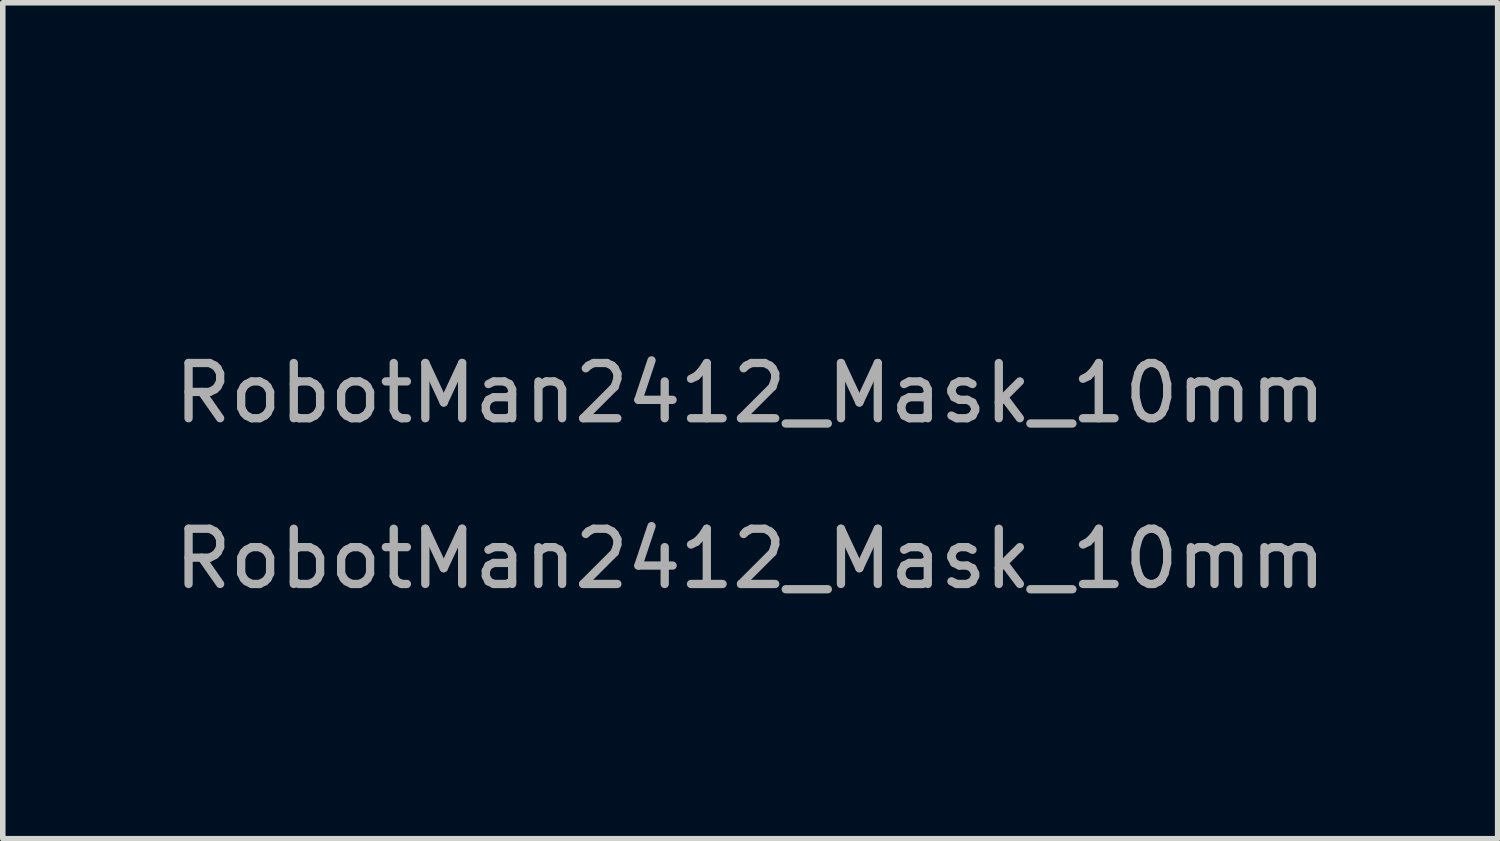
<source format=kicad_pcb>
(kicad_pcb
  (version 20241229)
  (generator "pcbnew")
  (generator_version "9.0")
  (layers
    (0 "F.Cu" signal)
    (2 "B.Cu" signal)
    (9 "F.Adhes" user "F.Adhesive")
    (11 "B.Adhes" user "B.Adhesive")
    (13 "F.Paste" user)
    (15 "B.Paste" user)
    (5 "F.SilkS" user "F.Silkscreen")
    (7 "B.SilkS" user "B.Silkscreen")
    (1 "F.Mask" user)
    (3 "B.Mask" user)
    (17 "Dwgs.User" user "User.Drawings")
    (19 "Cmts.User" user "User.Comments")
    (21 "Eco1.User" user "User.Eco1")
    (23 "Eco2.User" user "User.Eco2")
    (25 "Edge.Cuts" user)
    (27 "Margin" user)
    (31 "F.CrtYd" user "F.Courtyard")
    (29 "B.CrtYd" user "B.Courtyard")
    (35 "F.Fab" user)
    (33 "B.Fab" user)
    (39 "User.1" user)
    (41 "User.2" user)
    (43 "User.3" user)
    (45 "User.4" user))
  (footprint "RobotMan2412_Mask_10mm"
    (layer "F.Cu")
    (at 10.53 4.566)
    (property "Reference" "RobotMan2412_Mask_10mm" (at 0 -0.5 0) (unlocked yes) (layer "F.Fab") (effects (font (size 1 1) (thickness 0.15))))
    (attr smd)
    (fp_poly (pts (xy -1.875 -4.5) (xy -1.875 -4.5) (xy -1.875 -4.5)) (stroke (width 0.132) (type solid)) (fill yes) (layer "F.Mask"))
    (fp_poly (pts (xy -1.875 3.625) (xy -1.875 3.625) (xy -1.875 3.625)) (stroke (width 0.132) (type solid)) (fill yes) (layer "F.Mask"))
    (fp_poly (pts (xy -1.25 -4.5) (xy -1.25 -4.5) (xy -1.25 -4.5)) (stroke (width 0.132) (type solid)) (fill yes) (layer "F.Mask"))
    (fp_poly (pts (xy -1.25 3.625) (xy -1.25 3.625) (xy -1.25 3.625)) (stroke (width 0.132) (type solid)) (fill yes) (layer "F.Mask"))
    (fp_poly (pts (xy -0.625 -4.5) (xy -0.625 -4.5) (xy -0.625 -4.5)) (stroke (width 0.132) (type solid)) (fill yes) (layer "F.Mask"))
    (fp_poly (pts (xy -0.625 3.625) (xy -0.625 3.625) (xy -0.625 3.625)) (stroke (width 0.132) (type solid)) (fill yes) (layer "F.Mask"))
    (fp_poly (pts (xy -0.000055 -4.5) (xy -0.000061 -4.5) (xy -0.000048 -4.5)) (stroke (width 0.132) (type solid)) (fill yes) (layer "F.Mask"))
    (fp_poly (pts (xy -0.000054 3.625) (xy -0.000061 3.625) (xy -0.000048 3.625)) (stroke (width 0.132) (type solid)) (fill yes) (layer "F.Mask"))
    (fp_poly (pts (xy 0.625 -4.5) (xy 0.625 -4.5) (xy 0.625 -4.5)) (stroke (width 0.132) (type solid)) (fill yes) (layer "F.Mask"))
    (fp_poly (pts (xy 0.625 3.625) (xy 0.625 3.625) (xy 0.625 3.625)) (stroke (width 0.132) (type solid)) (fill yes) (layer "F.Mask"))
    (fp_poly (pts (xy 1.25 -4.5) (xy 1.25 -4.5) (xy 1.25 -4.5)) (stroke (width 0.132) (type solid)) (fill yes) (layer "F.Mask"))
    (fp_poly (pts (xy 1.25 3.625) (xy 1.25 3.625) (xy 1.25 3.625)) (stroke (width 0.132) (type solid)) (fill yes) (layer "F.Mask"))
    (fp_poly (pts (xy 1.875 -4.5) (xy 1.875 -4.5) (xy 1.875 -4.5)) (stroke (width 0.132) (type solid)) (fill yes) (layer "F.Mask"))
    (fp_poly (pts (xy 1.875 3.625) (xy 1.875 3.625) (xy 1.875 3.625)) (stroke (width 0.132) (type solid)) (fill yes) (layer "F.Mask"))
    (fp_poly (pts (xy -3.744 -0.125) (xy -3.738 -0.124) (xy -3.731 -0.124) (xy -3.725 -0.123) (xy -3.719 -0.121) (xy -3.714 -0.12) (xy -3.708 -0.118) (xy -3.702 -0.116) (xy -3.696 -0.113) (xy -3.691 -0.11) (xy -3.686 -0.107) (xy -3.681 -0.104) (xy -3.676 -0.101) (xy -3.671 -0.097) (xy -3.666 -0.093) (xy -3.661 -0.088) (xy -3.657 -0.084) (xy -3.653 -0.079) (xy -3.649 -0.074) (xy -3.646 -0.069) (xy -3.643 -0.064) (xy -3.64 -0.059) (xy -3.637 -0.053) (xy -3.634 -0.048) (xy -3.632 -0.042) (xy -3.63 -0.036) (xy -3.629 -0.031) (xy -3.627 -0.025) (xy -3.626 -0.019) (xy -3.625 -0.012) (xy -3.625 -0.006) (xy -3.625 -0.000047) (xy -3.625 0.006) (xy -3.625 0.012) (xy -3.626 0.018) (xy -3.627 0.024) (xy -3.629 0.03) (xy -3.63 0.036) (xy -3.632 0.042) (xy -3.634 0.048) (xy -3.637 0.053) (xy -3.64 0.059) (xy -3.643 0.064) (xy -3.646 0.069) (xy -3.649 0.074) (xy -3.653 0.079) (xy -3.657 0.084) (xy -3.662 0.088) (xy -3.666 0.093) (xy -3.671 0.097) (xy -3.676 0.1) (xy -3.681 0.104) (xy -3.686 0.107) (xy -3.691 0.11) (xy -3.697 0.113) (xy -3.702 0.116) (xy -3.708 0.118) (xy -3.714 0.12) (xy -3.719 0.121) (xy -3.725 0.123) (xy -3.731 0.124) (xy -3.738 0.124) (xy -3.744 0.125) (xy -3.75 0.125) (xy -4.375 0.125) (xy -4.381 0.125) (xy -4.387 0.124) (xy -4.393 0.124) (xy -4.399 0.123) (xy -4.405 0.121) (xy -4.411 0.12) (xy -4.417 0.118) (xy -4.423 0.116) (xy -4.428 0.113) (xy -4.434 0.11) (xy -4.439 0.107) (xy -4.444 0.104) (xy -4.449 0.1) (xy -4.454 0.097) (xy -4.459 0.093) (xy -4.463 0.088) (xy -4.468 0.084) (xy -4.472 0.079) (xy -4.476 0.074) (xy -4.479 0.069) (xy -4.482 0.064) (xy -4.485 0.059) (xy -4.488 0.053) (xy -4.491 0.048) (xy -4.493 0.042) (xy -4.495 0.036) (xy -4.496 0.03) (xy -4.498 0.024) (xy -4.499 0.018) (xy -4.499 0.012) (xy -4.5 0.006) (xy -4.5 -0.000048) (xy -4.5 -0.006) (xy -4.499 -0.012) (xy -4.499 -0.019) (xy -4.498 -0.025) (xy -4.496 -0.031) (xy -4.495 -0.036) (xy -4.493 -0.042) (xy -4.491 -0.048) (xy -4.488 -0.053) (xy -4.485 -0.059) (xy -4.482 -0.064) (xy -4.479 -0.069) (xy -4.476 -0.074) (xy -4.472 -0.079) (xy -4.468 -0.084) (xy -4.463 -0.088) (xy -4.459 -0.093) (xy -4.454 -0.097) (xy -4.449 -0.101) (xy -4.444 -0.104) (xy -4.439 -0.107) (xy -4.434 -0.11) (xy -4.428 -0.113) (xy -4.423 -0.116) (xy -4.417 -0.118) (xy -4.411 -0.12) (xy -4.405 -0.121) (xy -4.399 -0.123) (xy -4.393 -0.124) (xy -4.387 -0.124) (xy -4.381 -0.125) (xy -4.375 -0.125) (xy -3.75 -0.125)) (stroke (width 0.132) (type solid)) (fill yes) (layer "F.Mask"))
    (fp_poly (pts (xy -3.744 0.5) (xy -3.738 0.501) (xy -3.731 0.501) (xy -3.725 0.502) (xy -3.719 0.504) (xy -3.714 0.505) (xy -3.708 0.507) (xy -3.702 0.509) (xy -3.696 0.512) (xy -3.691 0.515) (xy -3.686 0.518) (xy -3.681 0.521) (xy -3.676 0.524) (xy -3.671 0.528) (xy -3.666 0.532) (xy -3.661 0.537) (xy -3.657 0.541) (xy -3.653 0.546) (xy -3.649 0.551) (xy -3.646 0.556) (xy -3.643 0.561) (xy -3.64 0.566) (xy -3.637 0.572) (xy -3.634 0.577) (xy -3.632 0.583) (xy -3.63 0.589) (xy -3.629 0.594) (xy -3.627 0.6) (xy -3.626 0.607) (xy -3.625 0.613) (xy -3.625 0.619) (xy -3.625 0.625) (xy -3.625 0.631) (xy -3.625 0.637) (xy -3.626 0.643) (xy -3.627 0.649) (xy -3.629 0.655) (xy -3.63 0.661) (xy -3.632 0.667) (xy -3.634 0.673) (xy -3.637 0.678) (xy -3.64 0.684) (xy -3.643 0.689) (xy -3.646 0.694) (xy -3.649 0.699) (xy -3.653 0.704) (xy -3.657 0.709) (xy -3.662 0.713) (xy -3.666 0.718) (xy -3.671 0.722) (xy -3.676 0.726) (xy -3.681 0.729) (xy -3.686 0.732) (xy -3.691 0.735) (xy -3.697 0.738) (xy -3.702 0.741) (xy -3.708 0.743) (xy -3.714 0.745) (xy -3.719 0.746) (xy -3.725 0.748) (xy -3.731 0.749) (xy -3.738 0.749) (xy -3.744 0.75) (xy -3.75 0.75) (xy -4.375 0.75) (xy -4.381 0.75) (xy -4.387 0.749) (xy -4.393 0.749) (xy -4.399 0.748) (xy -4.405 0.746) (xy -4.411 0.745) (xy -4.417 0.743) (xy -4.423 0.741) (xy -4.428 0.738) (xy -4.434 0.735) (xy -4.439 0.732) (xy -4.444 0.729) (xy -4.449 0.726) (xy -4.454 0.722) (xy -4.459 0.718) (xy -4.463 0.713) (xy -4.468 0.709) (xy -4.472 0.704) (xy -4.476 0.699) (xy -4.479 0.694) (xy -4.482 0.689) (xy -4.485 0.684) (xy -4.488 0.678) (xy -4.491 0.673) (xy -4.493 0.667) (xy -4.495 0.661) (xy -4.496 0.655) (xy -4.498 0.649) (xy -4.499 0.643) (xy -4.499 0.637) (xy -4.5 0.631) (xy -4.5 0.625) (xy -4.5 0.619) (xy -4.499 0.613) (xy -4.499 0.607) (xy -4.498 0.6) (xy -4.496 0.594) (xy -4.495 0.589) (xy -4.493 0.583) (xy -4.491 0.577) (xy -4.488 0.572) (xy -4.485 0.566) (xy -4.482 0.561) (xy -4.479 0.556) (xy -4.476 0.551) (xy -4.472 0.546) (xy -4.468 0.541) (xy -4.463 0.537) (xy -4.459 0.532) (xy -4.454 0.528) (xy -4.449 0.524) (xy -4.444 0.521) (xy -4.439 0.518) (xy -4.434 0.515) (xy -4.428 0.512) (xy -4.423 0.509) (xy -4.417 0.507) (xy -4.411 0.505) (xy -4.405 0.504) (xy -4.399 0.502) (xy -4.393 0.501) (xy -4.387 0.501) (xy -4.381 0.5) (xy -4.375 0.5) (xy -3.75 0.5)) (stroke (width 0.132) (type solid)) (fill yes) (layer "F.Mask"))
    (fp_poly (pts (xy -3.744 1.125) (xy -3.738 1.126) (xy -3.731 1.126) (xy -3.725 1.127) (xy -3.719 1.129) (xy -3.714 1.13) (xy -3.708 1.132) (xy -3.702 1.134) (xy -3.696 1.137) (xy -3.691 1.14) (xy -3.686 1.143) (xy -3.681 1.146) (xy -3.676 1.149) (xy -3.671 1.153) (xy -3.666 1.157) (xy -3.661 1.162) (xy -3.657 1.166) (xy -3.653 1.171) (xy -3.649 1.176) (xy -3.646 1.181) (xy -3.643 1.186) (xy -3.64 1.191) (xy -3.637 1.197) (xy -3.634 1.202) (xy -3.632 1.208) (xy -3.63 1.214) (xy -3.629 1.22) (xy -3.627 1.225) (xy -3.626 1.232) (xy -3.625 1.238) (xy -3.625 1.244) (xy -3.625 1.25) (xy -3.625 1.256) (xy -3.625 1.262) (xy -3.626 1.268) (xy -3.627 1.275) (xy -3.629 1.28) (xy -3.63 1.286) (xy -3.632 1.292) (xy -3.634 1.298) (xy -3.637 1.303) (xy -3.64 1.309) (xy -3.643 1.314) (xy -3.646 1.319) (xy -3.649 1.324) (xy -3.653 1.329) (xy -3.657 1.334) (xy -3.662 1.338) (xy -3.666 1.343) (xy -3.671 1.347) (xy -3.676 1.351) (xy -3.681 1.354) (xy -3.686 1.357) (xy -3.691 1.36) (xy -3.697 1.363) (xy -3.702 1.366) (xy -3.708 1.368) (xy -3.714 1.37) (xy -3.719 1.371) (xy -3.725 1.373) (xy -3.731 1.374) (xy -3.738 1.374) (xy -3.744 1.375) (xy -3.75 1.375) (xy -4.375 1.375) (xy -4.381 1.375) (xy -4.387 1.374) (xy -4.393 1.374) (xy -4.399 1.373) (xy -4.405 1.371) (xy -4.411 1.37) (xy -4.417 1.368) (xy -4.423 1.366) (xy -4.428 1.363) (xy -4.434 1.36) (xy -4.439 1.357) (xy -4.444 1.354) (xy -4.449 1.351) (xy -4.454 1.347) (xy -4.459 1.343) (xy -4.463 1.338) (xy -4.468 1.334) (xy -4.472 1.329) (xy -4.476 1.324) (xy -4.479 1.319) (xy -4.482 1.314) (xy -4.485 1.309) (xy -4.488 1.303) (xy -4.491 1.298) (xy -4.493 1.292) (xy -4.495 1.286) (xy -4.496 1.281) (xy -4.498 1.275) (xy -4.499 1.268) (xy -4.499 1.262) (xy -4.5 1.256) (xy -4.5 1.25) (xy -4.5 1.244) (xy -4.499 1.238) (xy -4.499 1.232) (xy -4.498 1.225) (xy -4.496 1.22) (xy -4.495 1.214) (xy -4.493 1.208) (xy -4.491 1.202) (xy -4.488 1.197) (xy -4.485 1.191) (xy -4.482 1.186) (xy -4.479 1.181) (xy -4.476 1.176) (xy -4.472 1.171) (xy -4.468 1.166) (xy -4.463 1.162) (xy -4.459 1.157) (xy -4.454 1.153) (xy -4.449 1.149) (xy -4.444 1.146) (xy -4.439 1.143) (xy -4.434 1.14) (xy -4.428 1.137) (xy -4.423 1.134) (xy -4.417 1.132) (xy -4.411 1.13) (xy -4.405 1.129) (xy -4.399 1.127) (xy -4.393 1.126) (xy -4.387 1.126) (xy -4.381 1.125) (xy -4.375 1.125) (xy -3.75 1.125)) (stroke (width 0.132) (type solid)) (fill yes) (layer "F.Mask"))
    (fp_poly (pts (xy -3.744 -2) (xy -3.737 -1.999) (xy -3.731 -1.998) (xy -3.725 -1.997) (xy -3.719 -1.996) (xy -3.713 -1.994) (xy -3.707 -1.992) (xy -3.701 -1.99) (xy -3.696 -1.988) (xy -3.69 -1.985) (xy -3.685 -1.982) (xy -3.68 -1.979) (xy -3.675 -1.975) (xy -3.67 -1.971) (xy -3.666 -1.968) (xy -3.662 -1.963) (xy -3.657 -1.959) (xy -3.654 -1.955) (xy -3.65 -1.95) (xy -3.646 -1.945) (xy -3.643 -1.94) (xy -3.64 -1.935) (xy -3.637 -1.929) (xy -3.635 -1.924) (xy -3.633 -1.918) (xy -3.631 -1.912) (xy -3.629 -1.906) (xy -3.627 -1.9) (xy -3.626 -1.894) (xy -3.626 -1.888) (xy -3.625 -1.882) (xy -3.625 -1.875) (xy -3.625 -1.869) (xy -3.625 -1.863) (xy -3.626 -1.857) (xy -3.627 -1.851) (xy -3.629 -1.845) (xy -3.63 -1.839) (xy -3.632 -1.833) (xy -3.634 -1.827) (xy -3.637 -1.822) (xy -3.64 -1.816) (xy -3.643 -1.811) (xy -3.646 -1.806) (xy -3.649 -1.801) (xy -3.653 -1.796) (xy -3.657 -1.791) (xy -3.662 -1.787) (xy -3.666 -1.782) (xy -3.671 -1.778) (xy -3.676 -1.775) (xy -3.681 -1.771) (xy -3.686 -1.768) (xy -3.691 -1.765) (xy -3.697 -1.762) (xy -3.702 -1.76) (xy -3.708 -1.757) (xy -3.714 -1.755) (xy -3.719 -1.754) (xy -3.725 -1.752) (xy -3.731 -1.751) (xy -3.738 -1.751) (xy -3.744 -1.75) (xy -3.75 -1.75) (xy -4.375 -1.75) (xy -4.381 -1.75) (xy -4.387 -1.751) (xy -4.393 -1.751) (xy -4.399 -1.752) (xy -4.405 -1.754) (xy -4.411 -1.755) (xy -4.417 -1.757) (xy -4.423 -1.76) (xy -4.428 -1.762) (xy -4.434 -1.765) (xy -4.439 -1.768) (xy -4.444 -1.771) (xy -4.449 -1.775) (xy -4.454 -1.778) (xy -4.459 -1.782) (xy -4.463 -1.787) (xy -4.468 -1.791) (xy -4.472 -1.796) (xy -4.476 -1.801) (xy -4.479 -1.806) (xy -4.482 -1.811) (xy -4.485 -1.816) (xy -4.488 -1.822) (xy -4.491 -1.827) (xy -4.493 -1.833) (xy -4.495 -1.839) (xy -4.496 -1.845) (xy -4.498 -1.851) (xy -4.499 -1.857) (xy -4.499 -1.863) (xy -4.5 -1.869) (xy -4.5 -1.875) (xy -4.5 -1.882) (xy -4.499 -1.888) (xy -4.499 -1.894) (xy -4.497 -1.9) (xy -4.496 -1.906) (xy -4.494 -1.912) (xy -4.492 -1.918) (xy -4.49 -1.924) (xy -4.488 -1.929) (xy -4.485 -1.935) (xy -4.482 -1.94) (xy -4.479 -1.945) (xy -4.475 -1.95) (xy -4.471 -1.955) (xy -4.467 -1.959) (xy -4.463 -1.963) (xy -4.459 -1.968) (xy -4.454 -1.971) (xy -4.45 -1.975) (xy -4.445 -1.979) (xy -4.44 -1.982) (xy -4.435 -1.985) (xy -4.429 -1.988) (xy -4.424 -1.99) (xy -4.418 -1.992) (xy -4.412 -1.994) (xy -4.406 -1.996) (xy -4.4 -1.997) (xy -4.394 -1.998) (xy -4.388 -1.999) (xy -4.381 -2) (xy -4.375 -2) (xy -3.75 -2)) (stroke (width 0.132) (type solid)) (fill yes) (layer "F.Mask"))
    (fp_poly (pts (xy -3.744 -1.375) (xy -3.737 -1.374) (xy -3.731 -1.373) (xy -3.725 -1.372) (xy -3.719 -1.371) (xy -3.713 -1.369) (xy -3.707 -1.367) (xy -3.701 -1.365) (xy -3.696 -1.363) (xy -3.69 -1.36) (xy -3.685 -1.357) (xy -3.68 -1.354) (xy -3.675 -1.35) (xy -3.67 -1.346) (xy -3.666 -1.343) (xy -3.662 -1.338) (xy -3.657 -1.334) (xy -3.654 -1.33) (xy -3.65 -1.325) (xy -3.646 -1.32) (xy -3.643 -1.315) (xy -3.64 -1.31) (xy -3.637 -1.304) (xy -3.635 -1.299) (xy -3.633 -1.293) (xy -3.631 -1.287) (xy -3.629 -1.281) (xy -3.627 -1.275) (xy -3.626 -1.269) (xy -3.626 -1.263) (xy -3.625 -1.257) (xy -3.625 -1.25) (xy -3.625 -1.244) (xy -3.625 -1.238) (xy -3.626 -1.232) (xy -3.627 -1.226) (xy -3.629 -1.22) (xy -3.63 -1.214) (xy -3.632 -1.208) (xy -3.634 -1.202) (xy -3.637 -1.197) (xy -3.64 -1.191) (xy -3.643 -1.186) (xy -3.646 -1.181) (xy -3.649 -1.176) (xy -3.653 -1.171) (xy -3.657 -1.166) (xy -3.662 -1.162) (xy -3.666 -1.157) (xy -3.671 -1.153) (xy -3.676 -1.15) (xy -3.681 -1.146) (xy -3.686 -1.143) (xy -3.691 -1.14) (xy -3.697 -1.137) (xy -3.702 -1.135) (xy -3.708 -1.132) (xy -3.714 -1.13) (xy -3.719 -1.129) (xy -3.725 -1.127) (xy -3.731 -1.126) (xy -3.738 -1.126) (xy -3.744 -1.125) (xy -3.75 -1.125) (xy -4.375 -1.125) (xy -4.381 -1.125) (xy -4.387 -1.126) (xy -4.393 -1.126) (xy -4.399 -1.127) (xy -4.405 -1.129) (xy -4.411 -1.13) (xy -4.417 -1.132) (xy -4.423 -1.135) (xy -4.428 -1.137) (xy -4.434 -1.14) (xy -4.439 -1.143) (xy -4.444 -1.146) (xy -4.449 -1.15) (xy -4.454 -1.153) (xy -4.459 -1.157) (xy -4.463 -1.162) (xy -4.468 -1.166) (xy -4.472 -1.171) (xy -4.476 -1.176) (xy -4.479 -1.181) (xy -4.482 -1.186) (xy -4.485 -1.191) (xy -4.488 -1.197) (xy -4.491 -1.202) (xy -4.493 -1.208) (xy -4.495 -1.214) (xy -4.496 -1.22) (xy -4.498 -1.226) (xy -4.499 -1.232) (xy -4.499 -1.238) (xy -4.5 -1.244) (xy -4.5 -1.25) (xy -4.5 -1.257) (xy -4.499 -1.263) (xy -4.499 -1.269) (xy -4.497 -1.275) (xy -4.496 -1.281) (xy -4.494 -1.287) (xy -4.492 -1.293) (xy -4.49 -1.299) (xy -4.488 -1.304) (xy -4.485 -1.31) (xy -4.482 -1.315) (xy -4.479 -1.32) (xy -4.475 -1.325) (xy -4.471 -1.33) (xy -4.467 -1.334) (xy -4.463 -1.338) (xy -4.459 -1.343) (xy -4.454 -1.346) (xy -4.45 -1.35) (xy -4.445 -1.354) (xy -4.44 -1.357) (xy -4.435 -1.36) (xy -4.429 -1.363) (xy -4.424 -1.365) (xy -4.418 -1.367) (xy -4.412 -1.369) (xy -4.406 -1.371) (xy -4.4 -1.372) (xy -4.394 -1.373) (xy -4.388 -1.374) (xy -4.381 -1.375) (xy -4.375 -1.375) (xy -3.75 -1.375)) (stroke (width 0.132) (type solid)) (fill yes) (layer "F.Mask"))
    (fp_poly (pts (xy -3.744 -0.75) (xy -3.737 -0.749) (xy -3.731 -0.748) (xy -3.725 -0.747) (xy -3.719 -0.746) (xy -3.713 -0.744) (xy -3.707 -0.742) (xy -3.701 -0.74) (xy -3.696 -0.738) (xy -3.69 -0.735) (xy -3.685 -0.732) (xy -3.68 -0.729) (xy -3.675 -0.725) (xy -3.67 -0.721) (xy -3.666 -0.717) (xy -3.662 -0.713) (xy -3.657 -0.709) (xy -3.654 -0.704) (xy -3.65 -0.7) (xy -3.646 -0.695) (xy -3.643 -0.69) (xy -3.64 -0.685) (xy -3.637 -0.679) (xy -3.635 -0.674) (xy -3.633 -0.668) (xy -3.631 -0.662) (xy -3.629 -0.656) (xy -3.627 -0.65) (xy -3.626 -0.644) (xy -3.626 -0.638) (xy -3.625 -0.632) (xy -3.625 -0.625) (xy -3.625 -0.619) (xy -3.625 -0.613) (xy -3.626 -0.607) (xy -3.627 -0.601) (xy -3.629 -0.595) (xy -3.63 -0.589) (xy -3.632 -0.583) (xy -3.634 -0.577) (xy -3.637 -0.572) (xy -3.64 -0.566) (xy -3.643 -0.561) (xy -3.646 -0.556) (xy -3.649 -0.551) (xy -3.653 -0.546) (xy -3.657 -0.541) (xy -3.662 -0.537) (xy -3.666 -0.532) (xy -3.671 -0.528) (xy -3.676 -0.525) (xy -3.681 -0.521) (xy -3.686 -0.518) (xy -3.691 -0.515) (xy -3.697 -0.512) (xy -3.702 -0.51) (xy -3.708 -0.507) (xy -3.714 -0.505) (xy -3.719 -0.504) (xy -3.725 -0.502) (xy -3.731 -0.501) (xy -3.738 -0.501) (xy -3.744 -0.5) (xy -3.75 -0.5) (xy -4.375 -0.5) (xy -4.381 -0.5) (xy -4.387 -0.501) (xy -4.393 -0.501) (xy -4.399 -0.502) (xy -4.405 -0.504) (xy -4.411 -0.505) (xy -4.417 -0.507) (xy -4.423 -0.51) (xy -4.428 -0.512) (xy -4.434 -0.515) (xy -4.439 -0.518) (xy -4.444 -0.521) (xy -4.449 -0.525) (xy -4.454 -0.528) (xy -4.459 -0.532) (xy -4.463 -0.537) (xy -4.468 -0.541) (xy -4.472 -0.546) (xy -4.476 -0.551) (xy -4.479 -0.556) (xy -4.482 -0.561) (xy -4.485 -0.566) (xy -4.488 -0.572) (xy -4.491 -0.577) (xy -4.493 -0.583) (xy -4.495 -0.589) (xy -4.496 -0.595) (xy -4.498 -0.601) (xy -4.499 -0.607) (xy -4.499 -0.613) (xy -4.5 -0.619) (xy -4.5 -0.625) (xy -4.5 -0.632) (xy -4.499 -0.638) (xy -4.499 -0.644) (xy -4.497 -0.65) (xy -4.496 -0.656) (xy -4.494 -0.662) (xy -4.492 -0.668) (xy -4.49 -0.674) (xy -4.488 -0.679) (xy -4.485 -0.685) (xy -4.482 -0.69) (xy -4.479 -0.695) (xy -4.475 -0.7) (xy -4.471 -0.704) (xy -4.467 -0.709) (xy -4.463 -0.713) (xy -4.459 -0.717) (xy -4.454 -0.721) (xy -4.45 -0.725) (xy -4.445 -0.729) (xy -4.44 -0.732) (xy -4.435 -0.735) (xy -4.429 -0.738) (xy -4.424 -0.74) (xy -4.418 -0.742) (xy -4.412 -0.744) (xy -4.406 -0.746) (xy -4.4 -0.747) (xy -4.394 -0.748) (xy -4.388 -0.749) (xy -4.381 -0.75) (xy -4.375 -0.75) (xy -3.75 -0.75)) (stroke (width 0.132) (type solid)) (fill yes) (layer "F.Mask"))
    (fp_poly (pts (xy 1.881 -4.5) (xy 1.887 -4.499) (xy 1.893 -4.499) (xy 1.9 -4.498) (xy 1.906 -4.496) (xy 1.911 -4.495) (xy 1.917 -4.493) (xy 1.923 -4.491) (xy 1.928 -4.488) (xy 1.934 -4.485) (xy 1.939 -4.482) (xy 1.944 -4.479) (xy 1.949 -4.476) (xy 1.954 -4.472) (xy 1.959 -4.468) (xy 1.963 -4.463) (xy 1.968 -4.459) (xy 1.972 -4.454) (xy 1.976 -4.449) (xy 1.979 -4.444) (xy 1.982 -4.439) (xy 1.985 -4.434) (xy 1.988 -4.428) (xy 1.991 -4.423) (xy 1.993 -4.417) (xy 1.995 -4.411) (xy 1.996 -4.405) (xy 1.998 -4.399) (xy 1.999 -4.393) (xy 1.999 -4.387) (xy 2 -4.381) (xy 2 -4.375) (xy 2 -3.75) (xy 2 -3.744) (xy 1.999 -3.738) (xy 1.999 -3.731) (xy 1.998 -3.725) (xy 1.996 -3.719) (xy 1.995 -3.714) (xy 1.993 -3.708) (xy 1.991 -3.702) (xy 1.988 -3.697) (xy 1.985 -3.691) (xy 1.982 -3.686) (xy 1.979 -3.681) (xy 1.976 -3.676) (xy 1.972 -3.671) (xy 1.968 -3.666) (xy 1.963 -3.662) (xy 1.959 -3.657) (xy 1.954 -3.653) (xy 1.949 -3.649) (xy 1.944 -3.646) (xy 1.939 -3.643) (xy 1.934 -3.64) (xy 1.928 -3.637) (xy 1.923 -3.634) (xy 1.917 -3.632) (xy 1.911 -3.63) (xy 1.906 -3.629) (xy 1.9 -3.627) (xy 1.894 -3.626) (xy 1.887 -3.625) (xy 1.881 -3.625) (xy 1.875 -3.625) (xy 1.869 -3.625) (xy 1.863 -3.625) (xy 1.857 -3.626) (xy 1.851 -3.627) (xy 1.845 -3.629) (xy 1.839 -3.63) (xy 1.833 -3.632) (xy 1.827 -3.634) (xy 1.822 -3.637) (xy 1.816 -3.64) (xy 1.811 -3.643) (xy 1.806 -3.646) (xy 1.801 -3.649) (xy 1.796 -3.653) (xy 1.791 -3.657) (xy 1.787 -3.661) (xy 1.782 -3.666) (xy 1.778 -3.671) (xy 1.775 -3.676) (xy 1.771 -3.681) (xy 1.768 -3.686) (xy 1.765 -3.691) (xy 1.762 -3.696) (xy 1.759 -3.702) (xy 1.757 -3.708) (xy 1.755 -3.714) (xy 1.754 -3.719) (xy 1.752 -3.725) (xy 1.751 -3.731) (xy 1.751 -3.738) (xy 1.75 -3.744) (xy 1.75 -3.75) (xy 1.75 -4.375) (xy 1.75 -4.381) (xy 1.751 -4.387) (xy 1.751 -4.393) (xy 1.752 -4.399) (xy 1.754 -4.405) (xy 1.755 -4.411) (xy 1.757 -4.417) (xy 1.759 -4.423) (xy 1.762 -4.428) (xy 1.765 -4.434) (xy 1.768 -4.439) (xy 1.771 -4.444) (xy 1.774 -4.449) (xy 1.778 -4.454) (xy 1.782 -4.459) (xy 1.787 -4.463) (xy 1.791 -4.468) (xy 1.796 -4.472) (xy 1.801 -4.476) (xy 1.806 -4.479) (xy 1.811 -4.482) (xy 1.816 -4.485) (xy 1.822 -4.488) (xy 1.827 -4.491) (xy 1.833 -4.493) (xy 1.839 -4.495) (xy 1.845 -4.496) (xy 1.851 -4.498) (xy 1.857 -4.499) (xy 1.863 -4.499) (xy 1.869 -4.5) (xy 1.875 -4.5)) (stroke (width 0.132) (type solid)) (fill yes) (layer "F.Mask"))
    (fp_poly (pts (xy 1.881 3.625) (xy 1.887 3.626) (xy 1.893 3.626) (xy 1.9 3.627) (xy 1.906 3.629) (xy 1.911 3.63) (xy 1.917 3.632) (xy 1.923 3.635) (xy 1.928 3.637) (xy 1.934 3.64) (xy 1.939 3.643) (xy 1.944 3.646) (xy 1.949 3.65) (xy 1.954 3.653) (xy 1.959 3.657) (xy 1.963 3.662) (xy 1.968 3.666) (xy 1.972 3.671) (xy 1.976 3.676) (xy 1.979 3.681) (xy 1.982 3.686) (xy 1.985 3.691) (xy 1.988 3.697) (xy 1.991 3.702) (xy 1.993 3.708) (xy 1.995 3.714) (xy 1.996 3.72) (xy 1.998 3.726) (xy 1.999 3.732) (xy 1.999 3.738) (xy 2 3.744) (xy 2 3.75) (xy 2 4.375) (xy 2 4.381) (xy 1.999 4.387) (xy 1.999 4.393) (xy 1.998 4.399) (xy 1.996 4.405) (xy 1.995 4.411) (xy 1.993 4.417) (xy 1.991 4.423) (xy 1.988 4.428) (xy 1.985 4.434) (xy 1.982 4.439) (xy 1.979 4.444) (xy 1.976 4.449) (xy 1.972 4.454) (xy 1.968 4.459) (xy 1.963 4.463) (xy 1.959 4.468) (xy 1.954 4.472) (xy 1.949 4.475) (xy 1.944 4.479) (xy 1.939 4.482) (xy 1.934 4.485) (xy 1.928 4.488) (xy 1.923 4.49) (xy 1.917 4.493) (xy 1.911 4.495) (xy 1.906 4.496) (xy 1.9 4.498) (xy 1.893 4.499) (xy 1.887 4.499) (xy 1.881 4.5) (xy 1.875 4.5) (xy 1.869 4.5) (xy 1.863 4.499) (xy 1.857 4.499) (xy 1.851 4.498) (xy 1.845 4.496) (xy 1.839 4.495) (xy 1.833 4.493) (xy 1.827 4.49) (xy 1.822 4.488) (xy 1.816 4.485) (xy 1.811 4.482) (xy 1.806 4.479) (xy 1.801 4.475) (xy 1.796 4.472) (xy 1.791 4.468) (xy 1.787 4.463) (xy 1.782 4.459) (xy 1.778 4.454) (xy 1.774 4.449) (xy 1.771 4.444) (xy 1.768 4.439) (xy 1.765 4.434) (xy 1.762 4.428) (xy 1.759 4.423) (xy 1.757 4.417) (xy 1.755 4.411) (xy 1.754 4.405) (xy 1.752 4.399) (xy 1.751 4.393) (xy 1.751 4.387) (xy 1.75 4.381) (xy 1.75 4.375) (xy 1.75 3.75) (xy 1.75 3.744) (xy 1.751 3.738) (xy 1.751 3.732) (xy 1.752 3.726) (xy 1.754 3.72) (xy 1.755 3.714) (xy 1.757 3.708) (xy 1.759 3.702) (xy 1.762 3.697) (xy 1.765 3.691) (xy 1.768 3.686) (xy 1.771 3.681) (xy 1.774 3.676) (xy 1.778 3.671) (xy 1.782 3.666) (xy 1.787 3.662) (xy 1.791 3.657) (xy 1.796 3.653) (xy 1.801 3.65) (xy 1.806 3.646) (xy 1.811 3.643) (xy 1.816 3.64) (xy 1.822 3.637) (xy 1.827 3.635) (xy 1.833 3.632) (xy 1.839 3.63) (xy 1.845 3.629) (xy 1.851 3.627) (xy 1.857 3.626) (xy 1.863 3.626) (xy 1.869 3.625) (xy 1.875 3.625)) (stroke (width 0.132) (type solid)) (fill yes) (layer "F.Mask"))
    (fp_poly (pts (xy 4.381 -0.125) (xy 4.387 -0.124) (xy 4.393 -0.124) (xy 4.399 -0.123) (xy 4.405 -0.121) (xy 4.411 -0.12) (xy 4.417 -0.118) (xy 4.423 -0.116) (xy 4.428 -0.113) (xy 4.434 -0.11) (xy 4.439 -0.107) (xy 4.444 -0.104) (xy 4.449 -0.101) (xy 4.454 -0.097) (xy 4.459 -0.093) (xy 4.463 -0.088) (xy 4.468 -0.084) (xy 4.472 -0.079) (xy 4.475 -0.074) (xy 4.479 -0.069) (xy 4.482 -0.064) (xy 4.485 -0.059) (xy 4.488 -0.053) (xy 4.49 -0.048) (xy 4.493 -0.042) (xy 4.495 -0.036) (xy 4.496 -0.031) (xy 4.498 -0.025) (xy 4.499 -0.019) (xy 4.499 -0.012) (xy 4.5 -0.006) (xy 4.5 -0.000047) (xy 4.5 0.006) (xy 4.499 0.012) (xy 4.499 0.018) (xy 4.498 0.024) (xy 4.496 0.03) (xy 4.495 0.036) (xy 4.493 0.042) (xy 4.49 0.048) (xy 4.488 0.053) (xy 4.485 0.059) (xy 4.482 0.064) (xy 4.479 0.069) (xy 4.475 0.074) (xy 4.472 0.079) (xy 4.468 0.084) (xy 4.463 0.088) (xy 4.459 0.093) (xy 4.454 0.097) (xy 4.449 0.1) (xy 4.444 0.104) (xy 4.439 0.107) (xy 4.434 0.11) (xy 4.428 0.113) (xy 4.423 0.116) (xy 4.417 0.118) (xy 4.411 0.12) (xy 4.405 0.121) (xy 4.399 0.123) (xy 4.393 0.124) (xy 4.387 0.124) (xy 4.381 0.125) (xy 4.375 0.125) (xy 3.75 0.125) (xy 3.744 0.125) (xy 3.738 0.124) (xy 3.732 0.124) (xy 3.726 0.123) (xy 3.72 0.121) (xy 3.714 0.12) (xy 3.708 0.118) (xy 3.702 0.116) (xy 3.697 0.113) (xy 3.691 0.11) (xy 3.686 0.107) (xy 3.681 0.104) (xy 3.676 0.1) (xy 3.671 0.097) (xy 3.666 0.093) (xy 3.662 0.088) (xy 3.657 0.084) (xy 3.653 0.079) (xy 3.65 0.074) (xy 3.646 0.069) (xy 3.643 0.064) (xy 3.64 0.059) (xy 3.637 0.053) (xy 3.635 0.048) (xy 3.632 0.042) (xy 3.63 0.036) (xy 3.629 0.03) (xy 3.627 0.024) (xy 3.626 0.018) (xy 3.626 0.012) (xy 3.625 0.006) (xy 3.625 -0.000048) (xy 3.625 -0.006) (xy 3.626 -0.012) (xy 3.626 -0.019) (xy 3.627 -0.025) (xy 3.629 -0.031) (xy 3.63 -0.036) (xy 3.632 -0.042) (xy 3.635 -0.048) (xy 3.637 -0.053) (xy 3.64 -0.059) (xy 3.643 -0.064) (xy 3.646 -0.069) (xy 3.65 -0.074) (xy 3.653 -0.079) (xy 3.657 -0.084) (xy 3.662 -0.088) (xy 3.666 -0.093) (xy 3.671 -0.097) (xy 3.676 -0.101) (xy 3.681 -0.104) (xy 3.686 -0.107) (xy 3.691 -0.11) (xy 3.697 -0.113) (xy 3.702 -0.116) (xy 3.708 -0.118) (xy 3.714 -0.12) (xy 3.72 -0.121) (xy 3.726 -0.123) (xy 3.732 -0.124) (xy 3.738 -0.124) (xy 3.744 -0.125) (xy 3.75 -0.125) (xy 4.375 -0.125)) (stroke (width 0.132) (type solid)) (fill yes) (layer "F.Mask"))
    (fp_poly (pts (xy 4.381 0.5) (xy 4.387 0.501) (xy 4.393 0.501) (xy 4.399 0.502) (xy 4.405 0.504) (xy 4.411 0.505) (xy 4.417 0.507) (xy 4.423 0.509) (xy 4.428 0.512) (xy 4.434 0.515) (xy 4.439 0.518) (xy 4.444 0.521) (xy 4.449 0.524) (xy 4.454 0.528) (xy 4.459 0.532) (xy 4.463 0.537) (xy 4.468 0.541) (xy 4.472 0.546) (xy 4.475 0.551) (xy 4.479 0.556) (xy 4.482 0.561) (xy 4.485 0.566) (xy 4.488 0.572) (xy 4.49 0.577) (xy 4.493 0.583) (xy 4.495 0.589) (xy 4.496 0.594) (xy 4.498 0.6) (xy 4.499 0.607) (xy 4.499 0.613) (xy 4.5 0.619) (xy 4.5 0.625) (xy 4.5 0.631) (xy 4.499 0.637) (xy 4.499 0.643) (xy 4.498 0.649) (xy 4.496 0.655) (xy 4.495 0.661) (xy 4.493 0.667) (xy 4.49 0.673) (xy 4.488 0.678) (xy 4.485 0.684) (xy 4.482 0.689) (xy 4.479 0.694) (xy 4.475 0.699) (xy 4.472 0.704) (xy 4.468 0.709) (xy 4.463 0.713) (xy 4.459 0.718) (xy 4.454 0.722) (xy 4.449 0.726) (xy 4.444 0.729) (xy 4.439 0.732) (xy 4.434 0.735) (xy 4.428 0.738) (xy 4.423 0.741) (xy 4.417 0.743) (xy 4.411 0.745) (xy 4.405 0.746) (xy 4.399 0.748) (xy 4.393 0.749) (xy 4.387 0.749) (xy 4.381 0.75) (xy 4.375 0.75) (xy 3.75 0.75) (xy 3.744 0.75) (xy 3.738 0.749) (xy 3.732 0.749) (xy 3.726 0.748) (xy 3.72 0.746) (xy 3.714 0.745) (xy 3.708 0.743) (xy 3.702 0.741) (xy 3.697 0.738) (xy 3.691 0.735) (xy 3.686 0.732) (xy 3.681 0.729) (xy 3.676 0.726) (xy 3.671 0.722) (xy 3.666 0.718) (xy 3.662 0.713) (xy 3.657 0.709) (xy 3.653 0.704) (xy 3.65 0.699) (xy 3.646 0.694) (xy 3.643 0.689) (xy 3.64 0.684) (xy 3.637 0.678) (xy 3.635 0.673) (xy 3.632 0.667) (xy 3.63 0.661) (xy 3.629 0.655) (xy 3.627 0.649) (xy 3.626 0.643) (xy 3.626 0.637) (xy 3.625 0.631) (xy 3.625 0.625) (xy 3.625 0.619) (xy 3.626 0.613) (xy 3.626 0.607) (xy 3.627 0.6) (xy 3.629 0.594) (xy 3.63 0.589) (xy 3.632 0.583) (xy 3.635 0.577) (xy 3.637 0.572) (xy 3.64 0.566) (xy 3.643 0.561) (xy 3.646 0.556) (xy 3.65 0.551) (xy 3.653 0.546) (xy 3.657 0.541) (xy 3.662 0.537) (xy 3.666 0.532) (xy 3.671 0.528) (xy 3.676 0.524) (xy 3.681 0.521) (xy 3.686 0.518) (xy 3.691 0.515) (xy 3.697 0.512) (xy 3.702 0.509) (xy 3.708 0.507) (xy 3.714 0.505) (xy 3.72 0.504) (xy 3.726 0.502) (xy 3.732 0.501) (xy 3.738 0.501) (xy 3.744 0.5) (xy 3.75 0.5) (xy 4.375 0.5)) (stroke (width 0.132) (type solid)) (fill yes) (layer "F.Mask"))
    (fp_poly (pts (xy 4.381 1.125) (xy 4.387 1.126) (xy 4.393 1.126) (xy 4.399 1.127) (xy 4.405 1.129) (xy 4.411 1.13) (xy 4.417 1.132) (xy 4.423 1.134) (xy 4.428 1.137) (xy 4.434 1.14) (xy 4.439 1.143) (xy 4.444 1.146) (xy 4.449 1.149) (xy 4.454 1.153) (xy 4.459 1.157) (xy 4.463 1.162) (xy 4.468 1.166) (xy 4.472 1.171) (xy 4.475 1.176) (xy 4.479 1.181) (xy 4.482 1.186) (xy 4.485 1.191) (xy 4.488 1.197) (xy 4.49 1.202) (xy 4.493 1.208) (xy 4.495 1.214) (xy 4.496 1.22) (xy 4.498 1.225) (xy 4.499 1.232) (xy 4.499 1.238) (xy 4.5 1.244) (xy 4.5 1.25) (xy 4.5 1.256) (xy 4.499 1.262) (xy 4.499 1.268) (xy 4.498 1.275) (xy 4.496 1.28) (xy 4.495 1.286) (xy 4.493 1.292) (xy 4.49 1.298) (xy 4.488 1.303) (xy 4.485 1.309) (xy 4.482 1.314) (xy 4.479 1.319) (xy 4.475 1.324) (xy 4.472 1.329) (xy 4.468 1.334) (xy 4.463 1.338) (xy 4.459 1.343) (xy 4.454 1.347) (xy 4.449 1.351) (xy 4.444 1.354) (xy 4.439 1.357) (xy 4.434 1.36) (xy 4.428 1.363) (xy 4.423 1.366) (xy 4.417 1.368) (xy 4.411 1.37) (xy 4.405 1.371) (xy 4.399 1.373) (xy 4.393 1.374) (xy 4.387 1.374) (xy 4.381 1.375) (xy 4.375 1.375) (xy 3.75 1.375) (xy 3.744 1.375) (xy 3.738 1.374) (xy 3.732 1.374) (xy 3.726 1.373) (xy 3.72 1.371) (xy 3.714 1.37) (xy 3.708 1.368) (xy 3.702 1.366) (xy 3.697 1.363) (xy 3.691 1.36) (xy 3.686 1.357) (xy 3.681 1.354) (xy 3.676 1.351) (xy 3.671 1.347) (xy 3.666 1.343) (xy 3.662 1.338) (xy 3.657 1.334) (xy 3.653 1.329) (xy 3.65 1.324) (xy 3.646 1.319) (xy 3.643 1.314) (xy 3.64 1.309) (xy 3.637 1.303) (xy 3.635 1.298) (xy 3.632 1.292) (xy 3.63 1.286) (xy 3.629 1.281) (xy 3.627 1.275) (xy 3.626 1.268) (xy 3.626 1.262) (xy 3.625 1.256) (xy 3.625 1.25) (xy 3.625 1.244) (xy 3.626 1.238) (xy 3.626 1.232) (xy 3.627 1.225) (xy 3.629 1.22) (xy 3.63 1.214) (xy 3.632 1.208) (xy 3.635 1.202) (xy 3.637 1.197) (xy 3.64 1.191) (xy 3.643 1.186) (xy 3.646 1.181) (xy 3.65 1.176) (xy 3.653 1.171) (xy 3.657 1.166) (xy 3.662 1.162) (xy 3.666 1.157) (xy 3.671 1.153) (xy 3.676 1.149) (xy 3.681 1.146) (xy 3.686 1.143) (xy 3.691 1.14) (xy 3.697 1.137) (xy 3.702 1.134) (xy 3.708 1.132) (xy 3.714 1.13) (xy 3.72 1.129) (xy 3.726 1.127) (xy 3.732 1.126) (xy 3.738 1.126) (xy 3.744 1.125) (xy 3.75 1.125) (xy 4.375 1.125)) (stroke (width 0.132) (type solid)) (fill yes) (layer "F.Mask"))
    (fp_poly (pts (xy 4.381 -2) (xy 4.388 -1.999) (xy 4.394 -1.998) (xy 4.4 -1.997) (xy 4.406 -1.996) (xy 4.412 -1.994) (xy 4.418 -1.992) (xy 4.424 -1.99) (xy 4.429 -1.988) (xy 4.434 -1.985) (xy 4.44 -1.982) (xy 4.445 -1.979) (xy 4.45 -1.975) (xy 4.454 -1.971) (xy 4.459 -1.968) (xy 4.463 -1.963) (xy 4.467 -1.959) (xy 4.471 -1.955) (xy 4.475 -1.95) (xy 4.479 -1.945) (xy 4.482 -1.94) (xy 4.485 -1.935) (xy 4.488 -1.929) (xy 4.49 -1.924) (xy 4.492 -1.918) (xy 4.494 -1.912) (xy 4.496 -1.906) (xy 4.497 -1.9) (xy 4.498 -1.894) (xy 4.499 -1.888) (xy 4.5 -1.882) (xy 4.5 -1.875) (xy 4.5 -1.869) (xy 4.499 -1.863) (xy 4.499 -1.857) (xy 4.498 -1.851) (xy 4.496 -1.845) (xy 4.495 -1.839) (xy 4.493 -1.833) (xy 4.49 -1.827) (xy 4.488 -1.822) (xy 4.485 -1.816) (xy 4.482 -1.811) (xy 4.479 -1.806) (xy 4.475 -1.801) (xy 4.472 -1.796) (xy 4.468 -1.791) (xy 4.463 -1.787) (xy 4.459 -1.782) (xy 4.454 -1.778) (xy 4.449 -1.775) (xy 4.444 -1.771) (xy 4.439 -1.768) (xy 4.434 -1.765) (xy 4.428 -1.762) (xy 4.423 -1.76) (xy 4.417 -1.757) (xy 4.411 -1.755) (xy 4.405 -1.754) (xy 4.399 -1.752) (xy 4.393 -1.751) (xy 4.387 -1.751) (xy 4.381 -1.75) (xy 4.375 -1.75) (xy 3.75 -1.75) (xy 3.744 -1.75) (xy 3.738 -1.751) (xy 3.732 -1.751) (xy 3.726 -1.752) (xy 3.72 -1.754) (xy 3.714 -1.755) (xy 3.708 -1.757) (xy 3.702 -1.76) (xy 3.697 -1.762) (xy 3.691 -1.765) (xy 3.686 -1.768) (xy 3.681 -1.771) (xy 3.676 -1.775) (xy 3.671 -1.778) (xy 3.666 -1.782) (xy 3.662 -1.787) (xy 3.657 -1.791) (xy 3.653 -1.796) (xy 3.65 -1.801) (xy 3.646 -1.806) (xy 3.643 -1.811) (xy 3.64 -1.816) (xy 3.637 -1.822) (xy 3.635 -1.827) (xy 3.632 -1.833) (xy 3.63 -1.839) (xy 3.629 -1.845) (xy 3.627 -1.851) (xy 3.626 -1.857) (xy 3.626 -1.863) (xy 3.625 -1.869) (xy 3.625 -1.875) (xy 3.625 -1.882) (xy 3.626 -1.888) (xy 3.627 -1.894) (xy 3.628 -1.9) (xy 3.629 -1.906) (xy 3.631 -1.912) (xy 3.633 -1.918) (xy 3.635 -1.924) (xy 3.637 -1.929) (xy 3.64 -1.935) (xy 3.643 -1.94) (xy 3.646 -1.945) (xy 3.65 -1.95) (xy 3.654 -1.955) (xy 3.658 -1.959) (xy 3.662 -1.963) (xy 3.666 -1.968) (xy 3.671 -1.971) (xy 3.675 -1.975) (xy 3.68 -1.979) (xy 3.685 -1.982) (xy 3.691 -1.985) (xy 3.696 -1.988) (xy 3.701 -1.99) (xy 3.707 -1.992) (xy 3.713 -1.994) (xy 3.719 -1.996) (xy 3.725 -1.997) (xy 3.731 -1.998) (xy 3.737 -1.999) (xy 3.744 -2) (xy 3.75 -2) (xy 4.375 -2)) (stroke (width 0.132) (type solid)) (fill yes) (layer "F.Mask"))
    (fp_poly (pts (xy 4.381 -1.375) (xy 4.388 -1.374) (xy 4.394 -1.373) (xy 4.4 -1.372) (xy 4.406 -1.371) (xy 4.412 -1.369) (xy 4.418 -1.367) (xy 4.424 -1.365) (xy 4.429 -1.363) (xy 4.434 -1.36) (xy 4.44 -1.357) (xy 4.445 -1.354) (xy 4.45 -1.35) (xy 4.454 -1.346) (xy 4.459 -1.343) (xy 4.463 -1.338) (xy 4.467 -1.334) (xy 4.471 -1.33) (xy 4.475 -1.325) (xy 4.479 -1.32) (xy 4.482 -1.315) (xy 4.485 -1.31) (xy 4.488 -1.304) (xy 4.49 -1.299) (xy 4.492 -1.293) (xy 4.494 -1.287) (xy 4.496 -1.281) (xy 4.497 -1.275) (xy 4.498 -1.269) (xy 4.499 -1.263) (xy 4.5 -1.257) (xy 4.5 -1.25) (xy 4.5 -1.244) (xy 4.499 -1.238) (xy 4.499 -1.232) (xy 4.498 -1.226) (xy 4.496 -1.22) (xy 4.495 -1.214) (xy 4.493 -1.208) (xy 4.49 -1.202) (xy 4.488 -1.197) (xy 4.485 -1.191) (xy 4.482 -1.186) (xy 4.479 -1.181) (xy 4.475 -1.176) (xy 4.472 -1.171) (xy 4.468 -1.166) (xy 4.463 -1.162) (xy 4.459 -1.157) (xy 4.454 -1.153) (xy 4.449 -1.15) (xy 4.444 -1.146) (xy 4.439 -1.143) (xy 4.434 -1.14) (xy 4.428 -1.137) (xy 4.423 -1.135) (xy 4.417 -1.132) (xy 4.411 -1.13) (xy 4.405 -1.129) (xy 4.399 -1.127) (xy 4.393 -1.126) (xy 4.387 -1.126) (xy 4.381 -1.125) (xy 4.375 -1.125) (xy 3.75 -1.125) (xy 3.744 -1.125) (xy 3.738 -1.126) (xy 3.732 -1.126) (xy 3.726 -1.127) (xy 3.72 -1.129) (xy 3.714 -1.13) (xy 3.708 -1.132) (xy 3.702 -1.135) (xy 3.697 -1.137) (xy 3.691 -1.14) (xy 3.686 -1.143) (xy 3.681 -1.146) (xy 3.676 -1.15) (xy 3.671 -1.153) (xy 3.666 -1.157) (xy 3.662 -1.162) (xy 3.657 -1.166) (xy 3.653 -1.171) (xy 3.65 -1.176) (xy 3.646 -1.181) (xy 3.643 -1.186) (xy 3.64 -1.191) (xy 3.637 -1.197) (xy 3.635 -1.202) (xy 3.632 -1.208) (xy 3.63 -1.214) (xy 3.629 -1.22) (xy 3.627 -1.226) (xy 3.626 -1.232) (xy 3.626 -1.238) (xy 3.625 -1.244) (xy 3.625 -1.25) (xy 3.625 -1.257) (xy 3.626 -1.263) (xy 3.627 -1.269) (xy 3.628 -1.275) (xy 3.629 -1.281) (xy 3.631 -1.287) (xy 3.633 -1.293) (xy 3.635 -1.299) (xy 3.637 -1.304) (xy 3.64 -1.31) (xy 3.643 -1.315) (xy 3.646 -1.32) (xy 3.65 -1.325) (xy 3.654 -1.33) (xy 3.658 -1.334) (xy 3.662 -1.338) (xy 3.666 -1.343) (xy 3.671 -1.346) (xy 3.675 -1.35) (xy 3.68 -1.354) (xy 3.685 -1.357) (xy 3.691 -1.36) (xy 3.696 -1.363) (xy 3.701 -1.365) (xy 3.707 -1.367) (xy 3.713 -1.369) (xy 3.719 -1.371) (xy 3.725 -1.372) (xy 3.731 -1.373) (xy 3.737 -1.374) (xy 3.744 -1.375) (xy 3.75 -1.375) (xy 4.375 -1.375)) (stroke (width 0.132) (type solid)) (fill yes) (layer "F.Mask"))
    (fp_poly (pts (xy 4.381 -0.75) (xy 4.388 -0.749) (xy 4.394 -0.748) (xy 4.4 -0.747) (xy 4.406 -0.746) (xy 4.412 -0.744) (xy 4.418 -0.742) (xy 4.424 -0.74) (xy 4.429 -0.738) (xy 4.434 -0.735) (xy 4.44 -0.732) (xy 4.445 -0.729) (xy 4.45 -0.725) (xy 4.454 -0.721) (xy 4.459 -0.717) (xy 4.463 -0.713) (xy 4.467 -0.709) (xy 4.471 -0.704) (xy 4.475 -0.7) (xy 4.479 -0.695) (xy 4.482 -0.69) (xy 4.485 -0.685) (xy 4.488 -0.679) (xy 4.49 -0.674) (xy 4.492 -0.668) (xy 4.494 -0.662) (xy 4.496 -0.656) (xy 4.497 -0.65) (xy 4.498 -0.644) (xy 4.499 -0.638) (xy 4.5 -0.632) (xy 4.5 -0.625) (xy 4.5 -0.619) (xy 4.499 -0.613) (xy 4.499 -0.607) (xy 4.498 -0.601) (xy 4.496 -0.595) (xy 4.495 -0.589) (xy 4.493 -0.583) (xy 4.49 -0.577) (xy 4.488 -0.572) (xy 4.485 -0.566) (xy 4.482 -0.561) (xy 4.479 -0.556) (xy 4.475 -0.551) (xy 4.472 -0.546) (xy 4.468 -0.541) (xy 4.463 -0.537) (xy 4.459 -0.532) (xy 4.454 -0.528) (xy 4.449 -0.525) (xy 4.444 -0.521) (xy 4.439 -0.518) (xy 4.434 -0.515) (xy 4.428 -0.512) (xy 4.423 -0.51) (xy 4.417 -0.507) (xy 4.411 -0.505) (xy 4.405 -0.504) (xy 4.399 -0.502) (xy 4.393 -0.501) (xy 4.387 -0.501) (xy 4.381 -0.5) (xy 4.375 -0.5) (xy 3.75 -0.5) (xy 3.744 -0.5) (xy 3.738 -0.501) (xy 3.732 -0.501) (xy 3.726 -0.502) (xy 3.72 -0.504) (xy 3.714 -0.505) (xy 3.708 -0.507) (xy 3.702 -0.51) (xy 3.697 -0.512) (xy 3.691 -0.515) (xy 3.686 -0.518) (xy 3.681 -0.521) (xy 3.676 -0.525) (xy 3.671 -0.528) (xy 3.666 -0.532) (xy 3.662 -0.537) (xy 3.657 -0.541) (xy 3.653 -0.546) (xy 3.65 -0.551) (xy 3.646 -0.556) (xy 3.643 -0.561) (xy 3.64 -0.566) (xy 3.637 -0.572) (xy 3.635 -0.577) (xy 3.632 -0.583) (xy 3.63 -0.589) (xy 3.629 -0.595) (xy 3.627 -0.601) (xy 3.626 -0.607) (xy 3.626 -0.613) (xy 3.625 -0.619) (xy 3.625 -0.625) (xy 3.625 -0.632) (xy 3.626 -0.638) (xy 3.627 -0.644) (xy 3.628 -0.65) (xy 3.629 -0.656) (xy 3.631 -0.662) (xy 3.633 -0.668) (xy 3.635 -0.674) (xy 3.637 -0.679) (xy 3.64 -0.685) (xy 3.643 -0.69) (xy 3.646 -0.695) (xy 3.65 -0.7) (xy 3.654 -0.704) (xy 3.658 -0.709) (xy 3.662 -0.713) (xy 3.666 -0.717) (xy 3.671 -0.721) (xy 3.675 -0.725) (xy 3.68 -0.729) (xy 3.685 -0.732) (xy 3.691 -0.735) (xy 3.696 -0.738) (xy 3.701 -0.74) (xy 3.707 -0.742) (xy 3.713 -0.744) (xy 3.719 -0.746) (xy 3.725 -0.747) (xy 3.731 -0.748) (xy 3.737 -0.749) (xy 3.744 -0.75) (xy 3.75 -0.75) (xy 4.375 -0.75)) (stroke (width 0.132) (type solid)) (fill yes) (layer "F.Mask"))
    (fp_poly (pts (xy -3.744 1.75) (xy -3.738 1.751) (xy -3.731 1.751) (xy -3.725 1.752) (xy -3.719 1.754) (xy -3.714 1.755) (xy -3.708 1.757) (xy -3.702 1.759) (xy -3.697 1.762) (xy -3.691 1.765) (xy -3.686 1.768) (xy -3.681 1.771) (xy -3.676 1.774) (xy -3.671 1.778) (xy -3.666 1.782) (xy -3.662 1.787) (xy -3.657 1.791) (xy -3.653 1.796) (xy -3.649 1.801) (xy -3.646 1.806) (xy -3.643 1.811) (xy -3.64 1.816) (xy -3.637 1.822) (xy -3.634 1.827) (xy -3.632 1.833) (xy -3.63 1.839) (xy -3.629 1.845) (xy -3.627 1.851) (xy -3.626 1.857) (xy -3.625 1.863) (xy -3.625 1.869) (xy -3.625 1.875) (xy -3.625 1.881) (xy -3.625 1.887) (xy -3.626 1.894) (xy -3.627 1.9) (xy -3.629 1.906) (xy -3.63 1.911) (xy -3.632 1.917) (xy -3.634 1.923) (xy -3.637 1.928) (xy -3.64 1.934) (xy -3.643 1.939) (xy -3.646 1.944) (xy -3.649 1.949) (xy -3.653 1.954) (xy -3.657 1.959) (xy -3.662 1.963) (xy -3.666 1.968) (xy -3.671 1.972) (xy -3.676 1.976) (xy -3.681 1.979) (xy -3.686 1.982) (xy -3.691 1.985) (xy -3.697 1.988) (xy -3.702 1.991) (xy -3.708 1.993) (xy -3.714 1.995) (xy -3.719 1.996) (xy -3.725 1.998) (xy -3.731 1.999) (xy -3.738 1.999) (xy -3.744 2) (xy -3.75 2) (xy -4.375 2) (xy -4.381 2) (xy -4.387 1.999) (xy -4.393 1.999) (xy -4.399 1.998) (xy -4.405 1.996) (xy -4.411 1.995) (xy -4.417 1.993) (xy -4.423 1.991) (xy -4.428 1.988) (xy -4.434 1.985) (xy -4.439 1.982) (xy -4.444 1.979) (xy -4.449 1.976) (xy -4.454 1.972) (xy -4.459 1.968) (xy -4.463 1.963) (xy -4.468 1.959) (xy -4.472 1.954) (xy -4.476 1.949) (xy -4.479 1.944) (xy -4.482 1.939) (xy -4.485 1.934) (xy -4.488 1.928) (xy -4.491 1.923) (xy -4.493 1.917) (xy -4.495 1.911) (xy -4.496 1.906) (xy -4.498 1.9) (xy -4.499 1.893) (xy -4.499 1.887) (xy -4.5 1.881) (xy -4.5 1.875) (xy -4.5 1.869) (xy -4.499 1.863) (xy -4.499 1.857) (xy -4.498 1.851) (xy -4.496 1.845) (xy -4.495 1.839) (xy -4.493 1.833) (xy -4.491 1.827) (xy -4.488 1.822) (xy -4.485 1.816) (xy -4.482 1.811) (xy -4.479 1.806) (xy -4.476 1.801) (xy -4.472 1.796) (xy -4.468 1.791) (xy -4.463 1.787) (xy -4.459 1.782) (xy -4.454 1.778) (xy -4.449 1.774) (xy -4.444 1.771) (xy -4.439 1.768) (xy -4.434 1.765) (xy -4.428 1.762) (xy -4.423 1.759) (xy -4.417 1.757) (xy -4.411 1.755) (xy -4.405 1.754) (xy -4.399 1.752) (xy -4.393 1.751) (xy -4.387 1.751) (xy -4.381 1.75) (xy -4.375 1.75) (xy -4.372 1.75) (xy -3.75 1.75)) (stroke (width 0.132) (type solid)) (fill yes) (layer "F.Mask"))
    (fp_poly (pts (xy 4.381 1.75) (xy 4.387 1.751) (xy 4.393 1.751) (xy 4.399 1.752) (xy 4.405 1.754) (xy 4.411 1.755) (xy 4.417 1.757) (xy 4.423 1.759) (xy 4.428 1.762) (xy 4.434 1.765) (xy 4.439 1.768) (xy 4.444 1.771) (xy 4.449 1.774) (xy 4.454 1.778) (xy 4.459 1.782) (xy 4.463 1.787) (xy 4.468 1.791) (xy 4.472 1.796) (xy 4.475 1.801) (xy 4.479 1.806) (xy 4.482 1.811) (xy 4.485 1.816) (xy 4.488 1.822) (xy 4.49 1.827) (xy 4.493 1.833) (xy 4.495 1.839) (xy 4.496 1.845) (xy 4.498 1.851) (xy 4.499 1.857) (xy 4.499 1.863) (xy 4.5 1.869) (xy 4.5 1.875) (xy 4.5 1.881) (xy 4.499 1.887) (xy 4.499 1.894) (xy 4.498 1.9) (xy 4.496 1.906) (xy 4.495 1.911) (xy 4.493 1.917) (xy 4.49 1.923) (xy 4.488 1.928) (xy 4.485 1.934) (xy 4.482 1.939) (xy 4.479 1.944) (xy 4.475 1.949) (xy 4.472 1.954) (xy 4.468 1.959) (xy 4.463 1.963) (xy 4.459 1.968) (xy 4.454 1.972) (xy 4.449 1.976) (xy 4.444 1.979) (xy 4.439 1.982) (xy 4.434 1.985) (xy 4.428 1.988) (xy 4.423 1.991) (xy 4.417 1.993) (xy 4.411 1.995) (xy 4.405 1.996) (xy 4.399 1.998) (xy 4.393 1.999) (xy 4.387 1.999) (xy 4.381 2) (xy 4.375 2) (xy 3.75 2) (xy 3.744 2) (xy 3.738 1.999) (xy 3.732 1.999) (xy 3.726 1.998) (xy 3.72 1.996) (xy 3.714 1.995) (xy 3.708 1.993) (xy 3.702 1.991) (xy 3.697 1.988) (xy 3.691 1.985) (xy 3.686 1.982) (xy 3.681 1.979) (xy 3.676 1.976) (xy 3.671 1.972) (xy 3.666 1.968) (xy 3.662 1.963) (xy 3.657 1.959) (xy 3.653 1.954) (xy 3.65 1.949) (xy 3.646 1.944) (xy 3.643 1.939) (xy 3.64 1.934) (xy 3.637 1.928) (xy 3.635 1.923) (xy 3.632 1.917) (xy 3.63 1.911) (xy 3.629 1.906) (xy 3.627 1.9) (xy 3.626 1.893) (xy 3.626 1.887) (xy 3.625 1.881) (xy 3.625 1.875) (xy 3.625 1.869) (xy 3.626 1.863) (xy 3.626 1.857) (xy 3.627 1.851) (xy 3.629 1.845) (xy 3.63 1.839) (xy 3.632 1.833) (xy 3.635 1.827) (xy 3.637 1.822) (xy 3.64 1.816) (xy 3.643 1.811) (xy 3.646 1.806) (xy 3.65 1.801) (xy 3.653 1.796) (xy 3.657 1.791) (xy 3.662 1.787) (xy 3.666 1.782) (xy 3.671 1.778) (xy 3.676 1.774) (xy 3.681 1.771) (xy 3.686 1.768) (xy 3.691 1.765) (xy 3.697 1.762) (xy 3.702 1.759) (xy 3.708 1.757) (xy 3.714 1.755) (xy 3.72 1.754) (xy 3.726 1.752) (xy 3.732 1.751) (xy 3.738 1.751) (xy 3.744 1.75) (xy 3.75 1.75) (xy 3.753 1.75) (xy 4.375 1.75)) (stroke (width 0.132) (type solid)) (fill yes) (layer "F.Mask"))
    (fp_poly (pts (xy -1.869 -4.5) (xy -1.863 -4.499) (xy -1.857 -4.499) (xy -1.851 -4.498) (xy -1.845 -4.496) (xy -1.839 -4.495) (xy -1.833 -4.493) (xy -1.827 -4.491) (xy -1.822 -4.488) (xy -1.816 -4.485) (xy -1.811 -4.482) (xy -1.806 -4.479) (xy -1.801 -4.476) (xy -1.796 -4.472) (xy -1.791 -4.468) (xy -1.787 -4.463) (xy -1.782 -4.459) (xy -1.778 -4.454) (xy -1.775 -4.449) (xy -1.771 -4.444) (xy -1.768 -4.439) (xy -1.765 -4.434) (xy -1.762 -4.428) (xy -1.76 -4.423) (xy -1.757 -4.417) (xy -1.755 -4.411) (xy -1.754 -4.405) (xy -1.752 -4.399) (xy -1.751 -4.393) (xy -1.751 -4.387) (xy -1.75 -4.381) (xy -1.75 -4.375) (xy -1.75 -3.756) (xy -1.75 -3.755) (xy -1.75 -3.753) (xy -1.75 -3.752) (xy -1.75 -3.75) (xy -1.75 -3.744) (xy -1.751 -3.738) (xy -1.751 -3.731) (xy -1.752 -3.725) (xy -1.754 -3.719) (xy -1.755 -3.714) (xy -1.757 -3.708) (xy -1.76 -3.702) (xy -1.762 -3.697) (xy -1.765 -3.691) (xy -1.768 -3.686) (xy -1.771 -3.681) (xy -1.775 -3.676) (xy -1.778 -3.671) (xy -1.782 -3.666) (xy -1.787 -3.662) (xy -1.791 -3.657) (xy -1.796 -3.653) (xy -1.801 -3.649) (xy -1.806 -3.646) (xy -1.811 -3.643) (xy -1.816 -3.64) (xy -1.822 -3.637) (xy -1.827 -3.634) (xy -1.833 -3.632) (xy -1.839 -3.63) (xy -1.845 -3.629) (xy -1.851 -3.627) (xy -1.857 -3.626) (xy -1.863 -3.625) (xy -1.869 -3.625) (xy -1.875 -3.625) (xy -1.882 -3.625) (xy -1.888 -3.626) (xy -1.894 -3.626) (xy -1.9 -3.627) (xy -1.906 -3.629) (xy -1.912 -3.631) (xy -1.918 -3.633) (xy -1.924 -3.635) (xy -1.929 -3.637) (xy -1.935 -3.64) (xy -1.94 -3.643) (xy -1.945 -3.646) (xy -1.95 -3.65) (xy -1.955 -3.654) (xy -1.959 -3.657) (xy -1.963 -3.662) (xy -1.968 -3.666) (xy -1.971 -3.67) (xy -1.975 -3.675) (xy -1.979 -3.68) (xy -1.982 -3.685) (xy -1.985 -3.69) (xy -1.988 -3.696) (xy -1.99 -3.701) (xy -1.992 -3.707) (xy -1.994 -3.713) (xy -1.996 -3.719) (xy -1.997 -3.725) (xy -1.998 -3.731) (xy -1.999 -3.737) (xy -2 -3.744) (xy -2 -3.75) (xy -2 -4.375) (xy -2 -4.381) (xy -1.999 -4.388) (xy -1.998 -4.394) (xy -1.997 -4.4) (xy -1.996 -4.406) (xy -1.994 -4.412) (xy -1.992 -4.418) (xy -1.99 -4.424) (xy -1.988 -4.429) (xy -1.985 -4.435) (xy -1.982 -4.44) (xy -1.979 -4.445) (xy -1.975 -4.45) (xy -1.971 -4.454) (xy -1.968 -4.459) (xy -1.963 -4.463) (xy -1.959 -4.467) (xy -1.955 -4.471) (xy -1.95 -4.475) (xy -1.945 -4.479) (xy -1.94 -4.482) (xy -1.935 -4.485) (xy -1.929 -4.488) (xy -1.924 -4.49) (xy -1.918 -4.492) (xy -1.912 -4.494) (xy -1.906 -4.496) (xy -1.9 -4.497) (xy -1.894 -4.499) (xy -1.888 -4.499) (xy -1.882 -4.5) (xy -1.875 -4.5)) (stroke (width 0.132) (type solid)) (fill yes) (layer "F.Mask"))
    (fp_poly (pts (xy -1.869 3.625) (xy -1.863 3.626) (xy -1.857 3.626) (xy -1.851 3.627) (xy -1.845 3.629) (xy -1.839 3.63) (xy -1.833 3.632) (xy -1.827 3.635) (xy -1.822 3.637) (xy -1.816 3.64) (xy -1.811 3.643) (xy -1.806 3.646) (xy -1.801 3.65) (xy -1.796 3.653) (xy -1.791 3.657) (xy -1.787 3.662) (xy -1.782 3.666) (xy -1.778 3.671) (xy -1.775 3.676) (xy -1.771 3.681) (xy -1.768 3.686) (xy -1.765 3.691) (xy -1.762 3.697) (xy -1.76 3.702) (xy -1.757 3.708) (xy -1.755 3.714) (xy -1.754 3.72) (xy -1.752 3.726) (xy -1.751 3.732) (xy -1.751 3.738) (xy -1.75 3.744) (xy -1.75 3.75) (xy -1.75 4.369) (xy -1.75 4.37) (xy -1.75 4.372) (xy -1.75 4.373) (xy -1.75 4.375) (xy -1.75 4.381) (xy -1.751 4.387) (xy -1.751 4.393) (xy -1.752 4.399) (xy -1.754 4.405) (xy -1.755 4.411) (xy -1.757 4.417) (xy -1.76 4.423) (xy -1.762 4.428) (xy -1.765 4.434) (xy -1.768 4.439) (xy -1.771 4.444) (xy -1.775 4.449) (xy -1.778 4.454) (xy -1.782 4.459) (xy -1.787 4.463) (xy -1.791 4.468) (xy -1.796 4.472) (xy -1.801 4.475) (xy -1.806 4.479) (xy -1.811 4.482) (xy -1.816 4.485) (xy -1.822 4.488) (xy -1.827 4.49) (xy -1.833 4.493) (xy -1.839 4.495) (xy -1.845 4.496) (xy -1.851 4.498) (xy -1.857 4.499) (xy -1.863 4.499) (xy -1.869 4.5) (xy -1.875 4.5) (xy -1.882 4.5) (xy -1.888 4.499) (xy -1.894 4.498) (xy -1.9 4.497) (xy -1.906 4.496) (xy -1.912 4.494) (xy -1.918 4.492) (xy -1.924 4.49) (xy -1.929 4.488) (xy -1.935 4.485) (xy -1.94 4.482) (xy -1.945 4.479) (xy -1.95 4.475) (xy -1.955 4.471) (xy -1.959 4.467) (xy -1.963 4.463) (xy -1.968 4.459) (xy -1.971 4.454) (xy -1.975 4.45) (xy -1.979 4.445) (xy -1.982 4.44) (xy -1.985 4.434) (xy -1.988 4.429) (xy -1.99 4.424) (xy -1.992 4.418) (xy -1.994 4.412) (xy -1.996 4.406) (xy -1.997 4.4) (xy -1.998 4.394) (xy -1.999 4.388) (xy -2 4.381) (xy -2 4.375) (xy -2 3.75) (xy -2 3.744) (xy -1.999 3.737) (xy -1.998 3.731) (xy -1.997 3.725) (xy -1.996 3.719) (xy -1.994 3.713) (xy -1.992 3.707) (xy -1.99 3.701) (xy -1.988 3.696) (xy -1.985 3.691) (xy -1.982 3.685) (xy -1.979 3.68) (xy -1.975 3.675) (xy -1.971 3.671) (xy -1.968 3.666) (xy -1.963 3.662) (xy -1.959 3.658) (xy -1.955 3.654) (xy -1.95 3.65) (xy -1.945 3.646) (xy -1.94 3.643) (xy -1.935 3.64) (xy -1.929 3.637) (xy -1.924 3.635) (xy -1.918 3.633) (xy -1.912 3.631) (xy -1.906 3.629) (xy -1.9 3.628) (xy -1.894 3.627) (xy -1.888 3.626) (xy -1.882 3.625) (xy -1.875 3.625)) (stroke (width 0.132) (type solid)) (fill yes) (layer "F.Mask"))
    (fp_poly (pts (xy -1.244 -4.5) (xy -1.238 -4.499) (xy -1.232 -4.499) (xy -1.226 -4.498) (xy -1.22 -4.496) (xy -1.214 -4.495) (xy -1.208 -4.493) (xy -1.202 -4.491) (xy -1.197 -4.488) (xy -1.191 -4.485) (xy -1.186 -4.482) (xy -1.181 -4.479) (xy -1.176 -4.476) (xy -1.171 -4.472) (xy -1.166 -4.468) (xy -1.162 -4.463) (xy -1.157 -4.459) (xy -1.153 -4.454) (xy -1.15 -4.449) (xy -1.146 -4.444) (xy -1.143 -4.439) (xy -1.14 -4.434) (xy -1.137 -4.428) (xy -1.135 -4.423) (xy -1.132 -4.417) (xy -1.13 -4.411) (xy -1.129 -4.405) (xy -1.127 -4.399) (xy -1.126 -4.393) (xy -1.126 -4.387) (xy -1.125 -4.381) (xy -1.125 -4.375) (xy -1.125 -3.756) (xy -1.125 -3.755) (xy -1.125 -3.753) (xy -1.125 -3.752) (xy -1.125 -3.75) (xy -1.125 -3.744) (xy -1.126 -3.738) (xy -1.126 -3.731) (xy -1.127 -3.725) (xy -1.129 -3.719) (xy -1.13 -3.714) (xy -1.132 -3.708) (xy -1.135 -3.702) (xy -1.137 -3.697) (xy -1.14 -3.691) (xy -1.143 -3.686) (xy -1.146 -3.681) (xy -1.15 -3.676) (xy -1.153 -3.671) (xy -1.157 -3.666) (xy -1.162 -3.662) (xy -1.166 -3.657) (xy -1.171 -3.653) (xy -1.176 -3.649) (xy -1.181 -3.646) (xy -1.186 -3.643) (xy -1.191 -3.64) (xy -1.197 -3.637) (xy -1.202 -3.634) (xy -1.208 -3.632) (xy -1.214 -3.63) (xy -1.22 -3.629) (xy -1.226 -3.627) (xy -1.232 -3.626) (xy -1.238 -3.625) (xy -1.244 -3.625) (xy -1.25 -3.625) (xy -1.257 -3.625) (xy -1.263 -3.626) (xy -1.269 -3.626) (xy -1.275 -3.627) (xy -1.281 -3.629) (xy -1.287 -3.631) (xy -1.293 -3.633) (xy -1.299 -3.635) (xy -1.304 -3.637) (xy -1.31 -3.64) (xy -1.315 -3.643) (xy -1.32 -3.646) (xy -1.325 -3.65) (xy -1.33 -3.654) (xy -1.334 -3.657) (xy -1.338 -3.662) (xy -1.343 -3.666) (xy -1.346 -3.67) (xy -1.35 -3.675) (xy -1.354 -3.68) (xy -1.357 -3.685) (xy -1.36 -3.69) (xy -1.363 -3.696) (xy -1.365 -3.701) (xy -1.367 -3.707) (xy -1.369 -3.713) (xy -1.371 -3.719) (xy -1.372 -3.725) (xy -1.373 -3.731) (xy -1.374 -3.737) (xy -1.375 -3.744) (xy -1.375 -3.75) (xy -1.375 -4.375) (xy -1.375 -4.381) (xy -1.374 -4.388) (xy -1.373 -4.394) (xy -1.372 -4.4) (xy -1.371 -4.406) (xy -1.369 -4.412) (xy -1.367 -4.418) (xy -1.365 -4.424) (xy -1.363 -4.429) (xy -1.36 -4.435) (xy -1.357 -4.44) (xy -1.354 -4.445) (xy -1.35 -4.45) (xy -1.346 -4.454) (xy -1.343 -4.459) (xy -1.338 -4.463) (xy -1.334 -4.467) (xy -1.33 -4.471) (xy -1.325 -4.475) (xy -1.32 -4.479) (xy -1.315 -4.482) (xy -1.31 -4.485) (xy -1.304 -4.488) (xy -1.299 -4.49) (xy -1.293 -4.492) (xy -1.287 -4.494) (xy -1.281 -4.496) (xy -1.275 -4.497) (xy -1.269 -4.499) (xy -1.263 -4.499) (xy -1.257 -4.5) (xy -1.25 -4.5)) (stroke (width 0.132) (type solid)) (fill yes) (layer "F.Mask"))
    (fp_poly (pts (xy -1.244 3.625) (xy -1.238 3.626) (xy -1.232 3.626) (xy -1.226 3.627) (xy -1.22 3.629) (xy -1.214 3.63) (xy -1.208 3.632) (xy -1.202 3.635) (xy -1.197 3.637) (xy -1.191 3.64) (xy -1.186 3.643) (xy -1.181 3.646) (xy -1.176 3.65) (xy -1.171 3.653) (xy -1.166 3.657) (xy -1.162 3.662) (xy -1.157 3.666) (xy -1.153 3.671) (xy -1.15 3.676) (xy -1.146 3.681) (xy -1.143 3.686) (xy -1.14 3.691) (xy -1.137 3.697) (xy -1.135 3.702) (xy -1.132 3.708) (xy -1.13 3.714) (xy -1.129 3.72) (xy -1.127 3.726) (xy -1.126 3.732) (xy -1.126 3.738) (xy -1.125 3.744) (xy -1.125 3.75) (xy -1.125 4.369) (xy -1.125 4.37) (xy -1.125 4.372) (xy -1.125 4.373) (xy -1.125 4.375) (xy -1.125 4.381) (xy -1.126 4.387) (xy -1.126 4.393) (xy -1.127 4.399) (xy -1.129 4.405) (xy -1.13 4.411) (xy -1.132 4.417) (xy -1.135 4.423) (xy -1.137 4.428) (xy -1.14 4.434) (xy -1.143 4.439) (xy -1.146 4.444) (xy -1.15 4.449) (xy -1.153 4.454) (xy -1.157 4.459) (xy -1.162 4.463) (xy -1.166 4.468) (xy -1.171 4.472) (xy -1.176 4.475) (xy -1.181 4.479) (xy -1.186 4.482) (xy -1.191 4.485) (xy -1.197 4.488) (xy -1.202 4.49) (xy -1.208 4.493) (xy -1.214 4.495) (xy -1.22 4.496) (xy -1.226 4.498) (xy -1.232 4.499) (xy -1.238 4.499) (xy -1.244 4.5) (xy -1.25 4.5) (xy -1.257 4.5) (xy -1.263 4.499) (xy -1.269 4.498) (xy -1.275 4.497) (xy -1.281 4.496) (xy -1.287 4.494) (xy -1.293 4.492) (xy -1.299 4.49) (xy -1.304 4.488) (xy -1.31 4.485) (xy -1.315 4.482) (xy -1.32 4.479) (xy -1.325 4.475) (xy -1.33 4.471) (xy -1.334 4.467) (xy -1.338 4.463) (xy -1.343 4.459) (xy -1.346 4.454) (xy -1.35 4.45) (xy -1.354 4.445) (xy -1.357 4.44) (xy -1.36 4.434) (xy -1.363 4.429) (xy -1.365 4.424) (xy -1.367 4.418) (xy -1.369 4.412) (xy -1.371 4.406) (xy -1.372 4.4) (xy -1.373 4.394) (xy -1.374 4.388) (xy -1.375 4.381) (xy -1.375 4.375) (xy -1.375 3.75) (xy -1.375 3.744) (xy -1.374 3.737) (xy -1.373 3.731) (xy -1.372 3.725) (xy -1.371 3.719) (xy -1.369 3.713) (xy -1.367 3.707) (xy -1.365 3.701) (xy -1.363 3.696) (xy -1.36 3.691) (xy -1.357 3.685) (xy -1.354 3.68) (xy -1.35 3.675) (xy -1.346 3.671) (xy -1.343 3.666) (xy -1.338 3.662) (xy -1.334 3.658) (xy -1.33 3.654) (xy -1.325 3.65) (xy -1.32 3.646) (xy -1.315 3.643) (xy -1.31 3.64) (xy -1.304 3.637) (xy -1.299 3.635) (xy -1.293 3.633) (xy -1.287 3.631) (xy -1.281 3.629) (xy -1.275 3.628) (xy -1.269 3.627) (xy -1.263 3.626) (xy -1.257 3.625) (xy -1.25 3.625)) (stroke (width 0.132) (type solid)) (fill yes) (layer "F.Mask"))
    (fp_poly (pts (xy -0.619 -4.5) (xy -0.613 -4.499) (xy -0.607 -4.499) (xy -0.601 -4.498) (xy -0.595 -4.496) (xy -0.589 -4.495) (xy -0.583 -4.493) (xy -0.577 -4.491) (xy -0.572 -4.488) (xy -0.566 -4.485) (xy -0.561 -4.482) (xy -0.556 -4.479) (xy -0.551 -4.476) (xy -0.546 -4.472) (xy -0.541 -4.468) (xy -0.537 -4.463) (xy -0.532 -4.459) (xy -0.528 -4.454) (xy -0.525 -4.449) (xy -0.521 -4.444) (xy -0.518 -4.439) (xy -0.515 -4.434) (xy -0.512 -4.428) (xy -0.51 -4.423) (xy -0.507 -4.417) (xy -0.505 -4.411) (xy -0.504 -4.405) (xy -0.502 -4.399) (xy -0.501 -4.393) (xy -0.501 -4.387) (xy -0.5 -4.381) (xy -0.5 -4.375) (xy -0.5 -3.753) (xy -0.5 -3.752) (xy -0.5 -3.752) (xy -0.5 -3.751) (xy -0.5 -3.75) (xy -0.5 -3.744) (xy -0.501 -3.738) (xy -0.501 -3.731) (xy -0.502 -3.725) (xy -0.504 -3.719) (xy -0.505 -3.714) (xy -0.507 -3.708) (xy -0.51 -3.702) (xy -0.512 -3.697) (xy -0.515 -3.691) (xy -0.518 -3.686) (xy -0.521 -3.681) (xy -0.525 -3.676) (xy -0.528 -3.671) (xy -0.532 -3.666) (xy -0.537 -3.662) (xy -0.541 -3.657) (xy -0.546 -3.653) (xy -0.551 -3.649) (xy -0.556 -3.646) (xy -0.561 -3.643) (xy -0.566 -3.64) (xy -0.572 -3.637) (xy -0.577 -3.634) (xy -0.583 -3.632) (xy -0.589 -3.63) (xy -0.595 -3.629) (xy -0.601 -3.627) (xy -0.607 -3.626) (xy -0.613 -3.625) (xy -0.619 -3.625) (xy -0.625 -3.625) (xy -0.631 -3.625) (xy -0.638 -3.626) (xy -0.644 -3.626) (xy -0.65 -3.627) (xy -0.656 -3.629) (xy -0.662 -3.631) (xy -0.668 -3.633) (xy -0.674 -3.635) (xy -0.679 -3.637) (xy -0.685 -3.64) (xy -0.69 -3.643) (xy -0.695 -3.646) (xy -0.7 -3.65) (xy -0.704 -3.654) (xy -0.709 -3.657) (xy -0.713 -3.662) (xy -0.717 -3.666) (xy -0.721 -3.67) (xy -0.725 -3.675) (xy -0.729 -3.68) (xy -0.732 -3.685) (xy -0.735 -3.69) (xy -0.738 -3.696) (xy -0.74 -3.701) (xy -0.742 -3.707) (xy -0.744 -3.713) (xy -0.746 -3.719) (xy -0.747 -3.725) (xy -0.748 -3.731) (xy -0.749 -3.737) (xy -0.75 -3.744) (xy -0.75 -3.75) (xy -0.75 -4.375) (xy -0.75 -4.381) (xy -0.749 -4.388) (xy -0.748 -4.394) (xy -0.747 -4.4) (xy -0.746 -4.406) (xy -0.744 -4.412) (xy -0.742 -4.418) (xy -0.74 -4.424) (xy -0.738 -4.429) (xy -0.735 -4.435) (xy -0.732 -4.44) (xy -0.729 -4.445) (xy -0.725 -4.45) (xy -0.721 -4.454) (xy -0.717 -4.459) (xy -0.713 -4.463) (xy -0.709 -4.467) (xy -0.704 -4.471) (xy -0.7 -4.475) (xy -0.695 -4.479) (xy -0.69 -4.482) (xy -0.685 -4.485) (xy -0.679 -4.488) (xy -0.674 -4.49) (xy -0.668 -4.492) (xy -0.662 -4.494) (xy -0.656 -4.496) (xy -0.65 -4.497) (xy -0.644 -4.499) (xy -0.638 -4.499) (xy -0.632 -4.5) (xy -0.625 -4.5)) (stroke (width 0.132) (type solid)) (fill yes) (layer "F.Mask"))
    (fp_poly (pts (xy -0.619 3.625) (xy -0.613 3.626) (xy -0.607 3.626) (xy -0.601 3.627) (xy -0.595 3.629) (xy -0.589 3.63) (xy -0.583 3.632) (xy -0.577 3.635) (xy -0.572 3.637) (xy -0.566 3.64) (xy -0.561 3.643) (xy -0.556 3.646) (xy -0.551 3.65) (xy -0.546 3.653) (xy -0.541 3.657) (xy -0.537 3.662) (xy -0.532 3.666) (xy -0.528 3.671) (xy -0.525 3.676) (xy -0.521 3.681) (xy -0.518 3.686) (xy -0.515 3.691) (xy -0.512 3.697) (xy -0.51 3.702) (xy -0.507 3.708) (xy -0.505 3.714) (xy -0.504 3.72) (xy -0.502 3.726) (xy -0.501 3.732) (xy -0.501 3.738) (xy -0.5 3.744) (xy -0.5 3.75) (xy -0.5 4.372) (xy -0.5 4.373) (xy -0.5 4.373) (xy -0.5 4.374) (xy -0.5 4.375) (xy -0.5 4.381) (xy -0.501 4.387) (xy -0.501 4.393) (xy -0.502 4.399) (xy -0.504 4.405) (xy -0.505 4.411) (xy -0.507 4.417) (xy -0.51 4.423) (xy -0.512 4.428) (xy -0.515 4.434) (xy -0.518 4.439) (xy -0.521 4.444) (xy -0.525 4.449) (xy -0.528 4.454) (xy -0.532 4.459) (xy -0.537 4.463) (xy -0.541 4.468) (xy -0.546 4.472) (xy -0.551 4.475) (xy -0.556 4.479) (xy -0.561 4.482) (xy -0.566 4.485) (xy -0.572 4.488) (xy -0.577 4.49) (xy -0.583 4.493) (xy -0.589 4.495) (xy -0.595 4.496) (xy -0.601 4.498) (xy -0.607 4.499) (xy -0.613 4.499) (xy -0.619 4.5) (xy -0.625 4.5) (xy -0.632 4.5) (xy -0.638 4.499) (xy -0.644 4.498) (xy -0.65 4.497) (xy -0.656 4.496) (xy -0.662 4.494) (xy -0.668 4.492) (xy -0.674 4.49) (xy -0.679 4.488) (xy -0.685 4.485) (xy -0.69 4.482) (xy -0.695 4.479) (xy -0.7 4.475) (xy -0.704 4.471) (xy -0.709 4.467) (xy -0.713 4.463) (xy -0.717 4.459) (xy -0.721 4.454) (xy -0.725 4.45) (xy -0.729 4.445) (xy -0.732 4.44) (xy -0.735 4.434) (xy -0.738 4.429) (xy -0.74 4.424) (xy -0.742 4.418) (xy -0.744 4.412) (xy -0.746 4.406) (xy -0.747 4.4) (xy -0.748 4.394) (xy -0.749 4.388) (xy -0.75 4.381) (xy -0.75 4.375) (xy -0.75 3.75) (xy -0.75 3.744) (xy -0.749 3.737) (xy -0.748 3.731) (xy -0.747 3.725) (xy -0.746 3.719) (xy -0.744 3.713) (xy -0.742 3.707) (xy -0.74 3.701) (xy -0.738 3.696) (xy -0.735 3.691) (xy -0.732 3.685) (xy -0.729 3.68) (xy -0.725 3.675) (xy -0.721 3.671) (xy -0.717 3.666) (xy -0.713 3.662) (xy -0.709 3.658) (xy -0.704 3.654) (xy -0.7 3.65) (xy -0.695 3.646) (xy -0.69 3.643) (xy -0.685 3.64) (xy -0.679 3.637) (xy -0.674 3.635) (xy -0.668 3.633) (xy -0.662 3.631) (xy -0.656 3.629) (xy -0.65 3.628) (xy -0.644 3.627) (xy -0.638 3.626) (xy -0.632 3.625) (xy -0.625 3.625)) (stroke (width 0.132) (type solid)) (fill yes) (layer "F.Mask"))
    (fp_poly (pts (xy 0.006 -4.5) (xy 0.012 -4.499) (xy 0.018 -4.499) (xy 0.024 -4.498) (xy 0.03 -4.496) (xy 0.036 -4.495) (xy 0.042 -4.493) (xy 0.048 -4.491) (xy 0.053 -4.488) (xy 0.059 -4.485) (xy 0.064 -4.482) (xy 0.069 -4.479) (xy 0.074 -4.476) (xy 0.079 -4.472) (xy 0.084 -4.468) (xy 0.088 -4.463) (xy 0.093 -4.459) (xy 0.097 -4.454) (xy 0.1 -4.449) (xy 0.104 -4.444) (xy 0.107 -4.439) (xy 0.11 -4.434) (xy 0.113 -4.428) (xy 0.116 -4.423) (xy 0.118 -4.417) (xy 0.12 -4.411) (xy 0.121 -4.405) (xy 0.123 -4.399) (xy 0.124 -4.393) (xy 0.124 -4.387) (xy 0.125 -4.381) (xy 0.125 -4.375) (xy 0.125 -3.753) (xy 0.125 -3.752) (xy 0.125 -3.752) (xy 0.125 -3.751) (xy 0.125 -3.75) (xy 0.125 -3.744) (xy 0.124 -3.738) (xy 0.124 -3.731) (xy 0.123 -3.725) (xy 0.121 -3.719) (xy 0.12 -3.714) (xy 0.118 -3.708) (xy 0.116 -3.702) (xy 0.113 -3.697) (xy 0.11 -3.691) (xy 0.107 -3.686) (xy 0.104 -3.681) (xy 0.1 -3.676) (xy 0.097 -3.671) (xy 0.093 -3.666) (xy 0.088 -3.662) (xy 0.084 -3.657) (xy 0.079 -3.653) (xy 0.074 -3.649) (xy 0.069 -3.646) (xy 0.064 -3.643) (xy 0.059 -3.64) (xy 0.053 -3.637) (xy 0.048 -3.634) (xy 0.042 -3.632) (xy 0.036 -3.63) (xy 0.03 -3.629) (xy 0.024 -3.627) (xy 0.018 -3.626) (xy 0.012 -3.625) (xy 0.006 -3.625) (xy -0.000034 -3.625) (xy -0.006 -3.625) (xy -0.012 -3.625) (xy -0.019 -3.626) (xy -0.025 -3.627) (xy -0.031 -3.629) (xy -0.036 -3.63) (xy -0.042 -3.632) (xy -0.048 -3.634) (xy -0.053 -3.637) (xy -0.059 -3.64) (xy -0.064 -3.643) (xy -0.069 -3.646) (xy -0.074 -3.649) (xy -0.079 -3.653) (xy -0.084 -3.657) (xy -0.088 -3.661) (xy -0.093 -3.666) (xy -0.097 -3.671) (xy -0.101 -3.676) (xy -0.104 -3.681) (xy -0.107 -3.686) (xy -0.11 -3.691) (xy -0.113 -3.696) (xy -0.116 -3.702) (xy -0.118 -3.708) (xy -0.12 -3.714) (xy -0.121 -3.719) (xy -0.123 -3.725) (xy -0.124 -3.731) (xy -0.124 -3.738) (xy -0.125 -3.744) (xy -0.125 -3.75) (xy -0.125 -4.375) (xy -0.125 -4.381) (xy -0.124 -4.387) (xy -0.124 -4.393) (xy -0.123 -4.399) (xy -0.121 -4.405) (xy -0.12 -4.411) (xy -0.118 -4.417) (xy -0.116 -4.423) (xy -0.113 -4.428) (xy -0.11 -4.434) (xy -0.107 -4.439) (xy -0.104 -4.444) (xy -0.101 -4.449) (xy -0.097 -4.454) (xy -0.093 -4.459) (xy -0.088 -4.463) (xy -0.084 -4.468) (xy -0.079 -4.472) (xy -0.074 -4.476) (xy -0.069 -4.479) (xy -0.064 -4.482) (xy -0.059 -4.485) (xy -0.053 -4.488) (xy -0.048 -4.491) (xy -0.042 -4.493) (xy -0.036 -4.495) (xy -0.031 -4.496) (xy -0.025 -4.498) (xy -0.019 -4.499) (xy -0.012 -4.499) (xy -0.006 -4.5) (xy -0.000055 -4.5)) (stroke (width 0.132) (type solid)) (fill yes) (layer "F.Mask"))
    (fp_poly (pts (xy 0.006 3.625) (xy 0.012 3.626) (xy 0.018 3.626) (xy 0.024 3.627) (xy 0.03 3.629) (xy 0.036 3.63) (xy 0.042 3.632) (xy 0.048 3.635) (xy 0.053 3.637) (xy 0.059 3.64) (xy 0.064 3.643) (xy 0.069 3.646) (xy 0.074 3.65) (xy 0.079 3.653) (xy 0.084 3.657) (xy 0.088 3.662) (xy 0.093 3.666) (xy 0.097 3.671) (xy 0.1 3.676) (xy 0.104 3.681) (xy 0.107 3.686) (xy 0.11 3.691) (xy 0.113 3.697) (xy 0.116 3.702) (xy 0.118 3.708) (xy 0.12 3.714) (xy 0.121 3.72) (xy 0.123 3.726) (xy 0.124 3.732) (xy 0.124 3.738) (xy 0.125 3.744) (xy 0.125 3.75) (xy 0.125 4.372) (xy 0.125 4.373) (xy 0.125 4.373) (xy 0.125 4.374) (xy 0.125 4.375) (xy 0.125 4.381) (xy 0.124 4.387) (xy 0.124 4.393) (xy 0.123 4.399) (xy 0.121 4.405) (xy 0.12 4.411) (xy 0.118 4.417) (xy 0.116 4.423) (xy 0.113 4.428) (xy 0.11 4.434) (xy 0.107 4.439) (xy 0.104 4.444) (xy 0.1 4.449) (xy 0.097 4.454) (xy 0.093 4.459) (xy 0.088 4.463) (xy 0.084 4.468) (xy 0.079 4.472) (xy 0.074 4.475) (xy 0.069 4.479) (xy 0.064 4.482) (xy 0.059 4.485) (xy 0.053 4.488) (xy 0.048 4.49) (xy 0.042 4.493) (xy 0.036 4.495) (xy 0.03 4.496) (xy 0.024 4.498) (xy 0.018 4.499) (xy 0.012 4.499) (xy 0.006 4.5) (xy -0.000051 4.5) (xy -0.006 4.5) (xy -0.012 4.499) (xy -0.019 4.499) (xy -0.025 4.498) (xy -0.031 4.496) (xy -0.036 4.495) (xy -0.042 4.493) (xy -0.048 4.49) (xy -0.053 4.488) (xy -0.059 4.485) (xy -0.064 4.482) (xy -0.069 4.479) (xy -0.074 4.475) (xy -0.079 4.472) (xy -0.084 4.468) (xy -0.088 4.463) (xy -0.093 4.459) (xy -0.097 4.454) (xy -0.101 4.449) (xy -0.104 4.444) (xy -0.107 4.439) (xy -0.11 4.434) (xy -0.113 4.428) (xy -0.116 4.423) (xy -0.118 4.417) (xy -0.12 4.411) (xy -0.121 4.405) (xy -0.123 4.399) (xy -0.124 4.393) (xy -0.124 4.387) (xy -0.125 4.381) (xy -0.125 4.375) (xy -0.125 3.75) (xy -0.125 3.744) (xy -0.124 3.738) (xy -0.124 3.732) (xy -0.123 3.726) (xy -0.121 3.72) (xy -0.12 3.714) (xy -0.118 3.708) (xy -0.116 3.702) (xy -0.113 3.697) (xy -0.11 3.691) (xy -0.107 3.686) (xy -0.104 3.681) (xy -0.101 3.676) (xy -0.097 3.671) (xy -0.093 3.666) (xy -0.088 3.662) (xy -0.084 3.657) (xy -0.079 3.653) (xy -0.074 3.65) (xy -0.069 3.646) (xy -0.064 3.643) (xy -0.059 3.64) (xy -0.053 3.637) (xy -0.048 3.635) (xy -0.042 3.632) (xy -0.036 3.63) (xy -0.031 3.629) (xy -0.025 3.627) (xy -0.019 3.626) (xy -0.012 3.626) (xy -0.006 3.625) (xy -0.000054 3.625)) (stroke (width 0.132) (type solid)) (fill yes) (layer "F.Mask"))
    (fp_poly (pts (xy 0.631 -4.5) (xy 0.637 -4.499) (xy 0.643 -4.499) (xy 0.649 -4.498) (xy 0.655 -4.496) (xy 0.661 -4.495) (xy 0.667 -4.493) (xy 0.673 -4.491) (xy 0.678 -4.488) (xy 0.684 -4.485) (xy 0.689 -4.482) (xy 0.694 -4.479) (xy 0.699 -4.476) (xy 0.704 -4.472) (xy 0.709 -4.468) (xy 0.713 -4.463) (xy 0.718 -4.459) (xy 0.722 -4.454) (xy 0.726 -4.449) (xy 0.729 -4.444) (xy 0.732 -4.439) (xy 0.735 -4.434) (xy 0.738 -4.428) (xy 0.741 -4.423) (xy 0.743 -4.417) (xy 0.745 -4.411) (xy 0.746 -4.405) (xy 0.748 -4.399) (xy 0.749 -4.393) (xy 0.749 -4.387) (xy 0.75 -4.381) (xy 0.75 -4.375) (xy 0.75 -3.753) (xy 0.75 -3.752) (xy 0.75 -3.752) (xy 0.75 -3.751) (xy 0.75 -3.75) (xy 0.75 -3.744) (xy 0.749 -3.738) (xy 0.749 -3.731) (xy 0.748 -3.725) (xy 0.746 -3.719) (xy 0.745 -3.714) (xy 0.743 -3.708) (xy 0.741 -3.702) (xy 0.738 -3.697) (xy 0.735 -3.691) (xy 0.732 -3.686) (xy 0.729 -3.681) (xy 0.726 -3.676) (xy 0.722 -3.671) (xy 0.718 -3.666) (xy 0.713 -3.662) (xy 0.709 -3.657) (xy 0.704 -3.653) (xy 0.699 -3.649) (xy 0.694 -3.646) (xy 0.689 -3.643) (xy 0.684 -3.64) (xy 0.678 -3.637) (xy 0.673 -3.634) (xy 0.667 -3.632) (xy 0.661 -3.63) (xy 0.655 -3.629) (xy 0.649 -3.627) (xy 0.643 -3.626) (xy 0.637 -3.625) (xy 0.631 -3.625) (xy 0.625 -3.625) (xy 0.619 -3.625) (xy 0.613 -3.625) (xy 0.607 -3.626) (xy 0.6 -3.627) (xy 0.595 -3.629) (xy 0.589 -3.63) (xy 0.583 -3.632) (xy 0.577 -3.634) (xy 0.572 -3.637) (xy 0.566 -3.64) (xy 0.561 -3.643) (xy 0.556 -3.646) (xy 0.551 -3.649) (xy 0.546 -3.653) (xy 0.541 -3.657) (xy 0.537 -3.661) (xy 0.532 -3.666) (xy 0.528 -3.671) (xy 0.524 -3.676) (xy 0.521 -3.681) (xy 0.518 -3.686) (xy 0.515 -3.691) (xy 0.512 -3.696) (xy 0.509 -3.702) (xy 0.507 -3.708) (xy 0.505 -3.714) (xy 0.504 -3.719) (xy 0.502 -3.725) (xy 0.501 -3.731) (xy 0.501 -3.738) (xy 0.5 -3.744) (xy 0.5 -3.75) (xy 0.5 -4.375) (xy 0.5 -4.381) (xy 0.501 -4.387) (xy 0.501 -4.393) (xy 0.502 -4.399) (xy 0.504 -4.405) (xy 0.505 -4.411) (xy 0.507 -4.417) (xy 0.509 -4.423) (xy 0.512 -4.428) (xy 0.515 -4.434) (xy 0.518 -4.439) (xy 0.521 -4.444) (xy 0.524 -4.449) (xy 0.528 -4.454) (xy 0.532 -4.459) (xy 0.537 -4.463) (xy 0.541 -4.468) (xy 0.546 -4.472) (xy 0.551 -4.476) (xy 0.556 -4.479) (xy 0.561 -4.482) (xy 0.566 -4.485) (xy 0.572 -4.488) (xy 0.577 -4.491) (xy 0.583 -4.493) (xy 0.589 -4.495) (xy 0.594 -4.496) (xy 0.6 -4.498) (xy 0.607 -4.499) (xy 0.613 -4.499) (xy 0.619 -4.5) (xy 0.625 -4.5)) (stroke (width 0.132) (type solid)) (fill yes) (layer "F.Mask"))
    (fp_poly (pts (xy 0.631 3.625) (xy 0.637 3.626) (xy 0.643 3.626) (xy 0.649 3.627) (xy 0.655 3.629) (xy 0.661 3.63) (xy 0.667 3.632) (xy 0.673 3.635) (xy 0.678 3.637) (xy 0.684 3.64) (xy 0.689 3.643) (xy 0.694 3.646) (xy 0.699 3.65) (xy 0.704 3.653) (xy 0.709 3.657) (xy 0.713 3.662) (xy 0.718 3.666) (xy 0.722 3.671) (xy 0.726 3.676) (xy 0.729 3.681) (xy 0.732 3.686) (xy 0.735 3.691) (xy 0.738 3.697) (xy 0.741 3.702) (xy 0.743 3.708) (xy 0.745 3.714) (xy 0.746 3.72) (xy 0.748 3.726) (xy 0.749 3.732) (xy 0.749 3.738) (xy 0.75 3.744) (xy 0.75 3.75) (xy 0.75 4.372) (xy 0.75 4.373) (xy 0.75 4.373) (xy 0.75 4.374) (xy 0.75 4.375) (xy 0.75 4.381) (xy 0.749 4.387) (xy 0.749 4.393) (xy 0.748 4.399) (xy 0.746 4.405) (xy 0.745 4.411) (xy 0.743 4.417) (xy 0.741 4.423) (xy 0.738 4.428) (xy 0.735 4.434) (xy 0.732 4.439) (xy 0.729 4.444) (xy 0.726 4.449) (xy 0.722 4.454) (xy 0.718 4.459) (xy 0.713 4.463) (xy 0.709 4.468) (xy 0.704 4.472) (xy 0.699 4.475) (xy 0.694 4.479) (xy 0.689 4.482) (xy 0.684 4.485) (xy 0.678 4.488) (xy 0.673 4.49) (xy 0.667 4.493) (xy 0.661 4.495) (xy 0.655 4.496) (xy 0.649 4.498) (xy 0.643 4.499) (xy 0.637 4.499) (xy 0.631 4.5) (xy 0.625 4.5) (xy 0.619 4.5) (xy 0.613 4.499) (xy 0.607 4.499) (xy 0.6 4.498) (xy 0.594 4.496) (xy 0.589 4.495) (xy 0.583 4.493) (xy 0.577 4.49) (xy 0.572 4.488) (xy 0.566 4.485) (xy 0.561 4.482) (xy 0.556 4.479) (xy 0.551 4.475) (xy 0.546 4.472) (xy 0.541 4.468) (xy 0.537 4.463) (xy 0.532 4.459) (xy 0.528 4.454) (xy 0.524 4.449) (xy 0.521 4.444) (xy 0.518 4.439) (xy 0.515 4.434) (xy 0.512 4.428) (xy 0.509 4.423) (xy 0.507 4.417) (xy 0.505 4.411) (xy 0.504 4.405) (xy 0.502 4.399) (xy 0.501 4.393) (xy 0.501 4.387) (xy 0.5 4.381) (xy 0.5 4.375) (xy 0.5 3.75) (xy 0.5 3.744) (xy 0.501 3.738) (xy 0.501 3.732) (xy 0.502 3.726) (xy 0.504 3.72) (xy 0.505 3.714) (xy 0.507 3.708) (xy 0.509 3.702) (xy 0.512 3.697) (xy 0.515 3.691) (xy 0.518 3.686) (xy 0.521 3.681) (xy 0.524 3.676) (xy 0.528 3.671) (xy 0.532 3.666) (xy 0.537 3.662) (xy 0.541 3.657) (xy 0.546 3.653) (xy 0.551 3.65) (xy 0.556 3.646) (xy 0.561 3.643) (xy 0.566 3.64) (xy 0.572 3.637) (xy 0.577 3.635) (xy 0.583 3.632) (xy 0.589 3.63) (xy 0.594 3.629) (xy 0.6 3.627) (xy 0.607 3.626) (xy 0.613 3.626) (xy 0.619 3.625) (xy 0.625 3.625)) (stroke (width 0.132) (type solid)) (fill yes) (layer "F.Mask"))
    (fp_poly (pts (xy 1.256 -4.5) (xy 1.262 -4.499) (xy 1.268 -4.499) (xy 1.275 -4.498) (xy 1.28 -4.496) (xy 1.286 -4.495) (xy 1.292 -4.493) (xy 1.298 -4.491) (xy 1.303 -4.488) (xy 1.309 -4.485) (xy 1.314 -4.482) (xy 1.319 -4.479) (xy 1.324 -4.476) (xy 1.329 -4.472) (xy 1.334 -4.468) (xy 1.338 -4.463) (xy 1.343 -4.459) (xy 1.347 -4.454) (xy 1.351 -4.449) (xy 1.354 -4.444) (xy 1.357 -4.439) (xy 1.36 -4.434) (xy 1.363 -4.428) (xy 1.366 -4.423) (xy 1.368 -4.417) (xy 1.37 -4.411) (xy 1.371 -4.405) (xy 1.373 -4.399) (xy 1.374 -4.393) (xy 1.374 -4.387) (xy 1.375 -4.381) (xy 1.375 -4.375) (xy 1.375 -3.753) (xy 1.375 -3.752) (xy 1.375 -3.752) (xy 1.375 -3.751) (xy 1.375 -3.75) (xy 1.375 -3.744) (xy 1.374 -3.738) (xy 1.374 -3.731) (xy 1.373 -3.725) (xy 1.371 -3.719) (xy 1.37 -3.714) (xy 1.368 -3.708) (xy 1.366 -3.702) (xy 1.363 -3.697) (xy 1.36 -3.691) (xy 1.357 -3.686) (xy 1.354 -3.681) (xy 1.351 -3.676) (xy 1.347 -3.671) (xy 1.343 -3.666) (xy 1.338 -3.662) (xy 1.334 -3.657) (xy 1.329 -3.653) (xy 1.324 -3.649) (xy 1.319 -3.646) (xy 1.314 -3.643) (xy 1.309 -3.64) (xy 1.303 -3.637) (xy 1.298 -3.634) (xy 1.292 -3.632) (xy 1.286 -3.63) (xy 1.28 -3.629) (xy 1.275 -3.627) (xy 1.268 -3.626) (xy 1.262 -3.625) (xy 1.256 -3.625) (xy 1.25 -3.625) (xy 1.244 -3.625) (xy 1.238 -3.625) (xy 1.232 -3.626) (xy 1.226 -3.627) (xy 1.22 -3.629) (xy 1.214 -3.63) (xy 1.208 -3.632) (xy 1.202 -3.634) (xy 1.197 -3.637) (xy 1.191 -3.64) (xy 1.186 -3.643) (xy 1.181 -3.646) (xy 1.176 -3.649) (xy 1.171 -3.653) (xy 1.166 -3.657) (xy 1.162 -3.661) (xy 1.157 -3.666) (xy 1.153 -3.671) (xy 1.149 -3.676) (xy 1.146 -3.681) (xy 1.143 -3.686) (xy 1.14 -3.691) (xy 1.137 -3.696) (xy 1.134 -3.702) (xy 1.132 -3.708) (xy 1.13 -3.714) (xy 1.129 -3.719) (xy 1.127 -3.725) (xy 1.126 -3.731) (xy 1.126 -3.738) (xy 1.125 -3.744) (xy 1.125 -3.75) (xy 1.125 -4.375) (xy 1.125 -4.381) (xy 1.126 -4.387) (xy 1.126 -4.393) (xy 1.127 -4.399) (xy 1.129 -4.405) (xy 1.13 -4.411) (xy 1.132 -4.417) (xy 1.134 -4.423) (xy 1.137 -4.428) (xy 1.14 -4.434) (xy 1.143 -4.439) (xy 1.146 -4.444) (xy 1.149 -4.449) (xy 1.153 -4.454) (xy 1.157 -4.459) (xy 1.162 -4.463) (xy 1.166 -4.468) (xy 1.171 -4.472) (xy 1.176 -4.476) (xy 1.181 -4.479) (xy 1.186 -4.482) (xy 1.191 -4.485) (xy 1.197 -4.488) (xy 1.202 -4.491) (xy 1.208 -4.493) (xy 1.214 -4.495) (xy 1.22 -4.496) (xy 1.225 -4.498) (xy 1.232 -4.499) (xy 1.238 -4.499) (xy 1.244 -4.5) (xy 1.25 -4.5)) (stroke (width 0.132) (type solid)) (fill yes) (layer "F.Mask"))
    (fp_poly (pts (xy 1.256 3.625) (xy 1.262 3.626) (xy 1.268 3.626) (xy 1.275 3.627) (xy 1.28 3.629) (xy 1.286 3.63) (xy 1.292 3.632) (xy 1.298 3.635) (xy 1.303 3.637) (xy 1.309 3.64) (xy 1.314 3.643) (xy 1.319 3.646) (xy 1.324 3.65) (xy 1.329 3.653) (xy 1.334 3.657) (xy 1.338 3.662) (xy 1.343 3.666) (xy 1.347 3.671) (xy 1.351 3.676) (xy 1.354 3.681) (xy 1.357 3.686) (xy 1.36 3.691) (xy 1.363 3.697) (xy 1.366 3.702) (xy 1.368 3.708) (xy 1.37 3.714) (xy 1.371 3.72) (xy 1.373 3.726) (xy 1.374 3.732) (xy 1.374 3.738) (xy 1.375 3.744) (xy 1.375 3.75) (xy 1.375 4.372) (xy 1.375 4.373) (xy 1.375 4.373) (xy 1.375 4.374) (xy 1.375 4.375) (xy 1.375 4.381) (xy 1.374 4.387) (xy 1.374 4.393) (xy 1.373 4.399) (xy 1.371 4.405) (xy 1.37 4.411) (xy 1.368 4.417) (xy 1.366 4.423) (xy 1.363 4.428) (xy 1.36 4.434) (xy 1.357 4.439) (xy 1.354 4.444) (xy 1.351 4.449) (xy 1.347 4.454) (xy 1.343 4.459) (xy 1.338 4.463) (xy 1.334 4.468) (xy 1.329 4.472) (xy 1.324 4.475) (xy 1.319 4.479) (xy 1.314 4.482) (xy 1.309 4.485) (xy 1.303 4.488) (xy 1.298 4.49) (xy 1.292 4.493) (xy 1.286 4.495) (xy 1.28 4.496) (xy 1.275 4.498) (xy 1.268 4.499) (xy 1.262 4.499) (xy 1.256 4.5) (xy 1.25 4.5) (xy 1.244 4.5) (xy 1.238 4.499) (xy 1.232 4.499) (xy 1.225 4.498) (xy 1.22 4.496) (xy 1.214 4.495) (xy 1.208 4.493) (xy 1.202 4.49) (xy 1.197 4.488) (xy 1.191 4.485) (xy 1.186 4.482) (xy 1.181 4.479) (xy 1.176 4.475) (xy 1.171 4.472) (xy 1.166 4.468) (xy 1.162 4.463) (xy 1.157 4.459) (xy 1.153 4.454) (xy 1.149 4.449) (xy 1.146 4.444) (xy 1.143 4.439) (xy 1.14 4.434) (xy 1.137 4.428) (xy 1.134 4.423) (xy 1.132 4.417) (xy 1.13 4.411) (xy 1.129 4.405) (xy 1.127 4.399) (xy 1.126 4.393) (xy 1.126 4.387) (xy 1.125 4.381) (xy 1.125 4.375) (xy 1.125 3.75) (xy 1.125 3.744) (xy 1.126 3.738) (xy 1.126 3.732) (xy 1.127 3.726) (xy 1.129 3.72) (xy 1.13 3.714) (xy 1.132 3.708) (xy 1.134 3.702) (xy 1.137 3.697) (xy 1.14 3.691) (xy 1.143 3.686) (xy 1.146 3.681) (xy 1.149 3.676) (xy 1.153 3.671) (xy 1.157 3.666) (xy 1.162 3.662) (xy 1.166 3.657) (xy 1.171 3.653) (xy 1.176 3.65) (xy 1.181 3.646) (xy 1.186 3.643) (xy 1.191 3.64) (xy 1.197 3.637) (xy 1.202 3.635) (xy 1.208 3.632) (xy 1.214 3.63) (xy 1.22 3.629) (xy 1.225 3.627) (xy 1.232 3.626) (xy 1.238 3.626) (xy 1.244 3.625) (xy 1.25 3.625)) (stroke (width 0.132) (type solid)) (fill yes) (layer "F.Mask"))
    (fp_poly (pts (xy 1.946 -3.248) (xy 2.016 -3.243) (xy 2.085 -3.234) (xy 2.152 -3.222) (xy 2.219 -3.207) (xy 2.284 -3.188) (xy 2.348 -3.166) (xy 2.41 -3.142) (xy 2.471 -3.114) (xy 2.53 -3.084) (xy 2.588 -3.051) (xy 2.644 -3.015) (xy 2.698 -2.977) (xy 2.75 -2.936) (xy 2.8 -2.893) (xy 2.847 -2.847) (xy 2.893 -2.799) (xy 2.936 -2.75) (xy 2.977 -2.698) (xy 3.015 -2.644) (xy 3.051 -2.588) (xy 3.084 -2.53) (xy 3.114 -2.471) (xy 3.142 -2.41) (xy 3.166 -2.348) (xy 3.188 -2.284) (xy 3.207 -2.219) (xy 3.222 -2.152) (xy 3.234 -2.084) (xy 3.243 -2.016) (xy 3.248 -1.946) (xy 3.25 -1.875) (xy 3.25 1.875) (xy 3.25 1.875) (xy 3.248 1.946) (xy 3.243 2.016) (xy 3.234 2.084) (xy 3.222 2.152) (xy 3.207 2.219) (xy 3.188 2.284) (xy 3.167 2.348) (xy 3.142 2.41) (xy 3.115 2.471) (xy 3.084 2.53) (xy 3.051 2.588) (xy 3.015 2.644) (xy 2.977 2.698) (xy 2.936 2.75) (xy 2.893 2.799) (xy 2.847 2.847) (xy 2.8 2.893) (xy 2.75 2.936) (xy 2.698 2.977) (xy 2.644 3.015) (xy 2.588 3.051) (xy 2.531 3.084) (xy 2.471 3.114) (xy 2.41 3.142) (xy 2.348 3.166) (xy 2.284 3.188) (xy 2.219 3.207) (xy 2.152 3.222) (xy 2.085 3.234) (xy 2.016 3.243) (xy 1.946 3.248) (xy 1.875 3.25) (xy 1.875 3) (xy 1.933 2.999) (xy 1.99 2.994) (xy 2.047 2.987) (xy 2.102 2.977) (xy 2.156 2.965) (xy 2.21 2.949) (xy 2.262 2.932) (xy 2.313 2.912) (xy 2.363 2.889) (xy 2.412 2.864) (xy 2.459 2.837) (xy 2.504 2.808) (xy 2.548 2.777) (xy 2.591 2.743) (xy 2.632 2.708) (xy 2.671 2.671) (xy 2.708 2.631) (xy 2.743 2.591) (xy 2.777 2.548) (xy 2.808 2.504) (xy 2.837 2.458) (xy 2.865 2.411) (xy 2.889 2.363) (xy 2.912 2.313) (xy 2.932 2.262) (xy 2.95 2.21) (xy 2.965 2.156) (xy 2.977 2.102) (xy 2.987 2.046) (xy 2.994 1.99) (xy 2.999 1.933) (xy 3 1.875) (xy 3 1.875) (xy 3 -1.875) (xy 2.999 -1.933) (xy 2.994 -1.99) (xy 2.987 -2.046) (xy 2.977 -2.102) (xy 2.965 -2.156) (xy 2.949 -2.21) (xy 2.932 -2.262) (xy 2.912 -2.313) (xy 2.889 -2.363) (xy 2.864 -2.411) (xy 2.837 -2.458) (xy 2.808 -2.504) (xy 2.777 -2.548) (xy 2.743 -2.591) (xy 2.708 -2.632) (xy 2.671 -2.671) (xy 2.631 -2.708) (xy 2.591 -2.743) (xy 2.548 -2.777) (xy 2.504 -2.808) (xy 2.458 -2.837) (xy 2.411 -2.864) (xy 2.363 -2.889) (xy 2.313 -2.912) (xy 2.262 -2.932) (xy 2.21 -2.95) (xy 2.156 -2.965) (xy 2.102 -2.977) (xy 2.046 -2.987) (xy 1.99 -2.994) (xy 1.933 -2.999) (xy 1.875 -3) (xy -1.875 -3) (xy -1.933 -2.999) (xy -1.99 -2.994) (xy -2.046 -2.987) (xy -2.102 -2.977) (xy -2.156 -2.965) (xy -2.21 -2.95) (xy -2.262 -2.932) (xy -2.313 -2.912) (xy -2.363 -2.889) (xy -2.411 -2.864) (xy -2.458 -2.837) (xy -2.504 -2.808) (xy -2.548 -2.777) (xy -2.591 -2.743) (xy -2.632 -2.708) (xy -2.671 -2.671) (xy -2.708 -2.632) (xy -2.743 -2.591) (xy -2.777 -2.548) (xy -2.808 -2.504) (xy -2.837 -2.458) (xy -2.864 -2.411) (xy -2.889 -2.363) (xy -2.912 -2.313) (xy -2.932 -2.262) (xy -2.95 -2.21) (xy -2.965 -2.156) (xy -2.977 -2.102) (xy -2.987 -2.046) (xy -2.994 -1.99) (xy -2.999 -1.933) (xy -3 -1.875) (xy -3 1.875) (xy -2.999 1.933) (xy -2.994 1.99) (xy -2.987 2.046) (xy -2.977 2.102) (xy -2.965 2.156) (xy -2.95 2.21) (xy -2.932 2.262) (xy -2.912 2.313) (xy -2.889 2.363) (xy -2.864 2.411) (xy -2.837 2.458) (xy -2.808 2.504) (xy -2.777 2.548) (xy -2.743 2.591) (xy -2.708 2.631) (xy -2.671 2.671) (xy -2.632 2.708) (xy -2.591 2.743) (xy -2.548 2.777) (xy -2.504 2.808) (xy -2.458 2.837) (xy -2.411 2.864) (xy -2.363 2.889) (xy -2.313 2.912) (xy -2.262 2.932) (xy -2.21 2.949) (xy -2.156 2.965) (xy -2.102 2.977) (xy -2.046 2.987) (xy -1.99 2.994) (xy -1.933 2.999) (xy -1.875 3) (xy 1.875 3) (xy 1.875 3.25) (xy -1.875 3.25) (xy -1.946 3.248) (xy -2.016 3.243) (xy -2.085 3.234) (xy -2.152 3.222) (xy -2.219 3.207) (xy -2.284 3.188) (xy -2.348 3.166) (xy -2.41 3.142) (xy -2.471 3.114) (xy -2.531 3.084) (xy -2.588 3.051) (xy -2.644 3.015) (xy -2.698 2.977) (xy -2.75 2.936) (xy -2.8 2.893) (xy -2.847 2.847) (xy -2.893 2.799) (xy -2.936 2.749) (xy -2.977 2.697) (xy -3.015 2.644) (xy -3.051 2.588) (xy -3.084 2.53) (xy -3.114 2.471) (xy -3.142 2.41) (xy -3.167 2.348) (xy -3.188 2.284) (xy -3.207 2.219) (xy -3.222 2.152) (xy -3.234 2.084) (xy -3.243 2.016) (xy -3.248 1.946) (xy -3.25 1.875) (xy -3.25 -1.875) (xy -3.248 -1.946) (xy -3.243 -2.016) (xy -3.234 -2.084) (xy -3.222 -2.152) (xy -3.207 -2.219) (xy -3.188 -2.284) (xy -3.167 -2.348) (xy -3.142 -2.41) (xy -3.114 -2.471) (xy -3.084 -2.53) (xy -3.051 -2.588) (xy -3.015 -2.644) (xy -2.977 -2.698) (xy -2.936 -2.75) (xy -2.893 -2.8) (xy -2.847 -2.847) (xy -2.8 -2.893) (xy -2.75 -2.936) (xy -2.698 -2.977) (xy -2.644 -3.015) (xy -2.588 -3.051) (xy -2.53 -3.084) (xy -2.471 -3.114) (xy -2.41 -3.142) (xy -2.348 -3.167) (xy -2.284 -3.188) (xy -2.219 -3.207) (xy -2.152 -3.222) (xy -2.084 -3.234) (xy -2.016 -3.243) (xy -1.946 -3.248) (xy -1.875 -3.25) (xy 1.875 -3.25)) (stroke (width 0.132) (type solid)) (fill yes) (layer "F.Mask"))
    (fp_poly (pts (xy -0.933 -2.75) (xy -0.931 -2.75) (xy -0.156 -2.75) (xy -0.082 -2.748) (xy -0.008 -2.743) (xy 0.065 -2.734) (xy 0.138 -2.721) (xy 0.209 -2.705) (xy 0.28 -2.685) (xy 0.35 -2.662) (xy 0.418 -2.636) (xy 0.485 -2.606) (xy 0.55 -2.573) (xy 0.614 -2.537) (xy 0.676 -2.498) (xy 0.736 -2.456) (xy 0.794 -2.41) (xy 0.851 -2.362) (xy 0.904 -2.311) (xy 0.956 -2.257) (xy 1.004 -2.201) (xy 1.049 -2.142) (xy 1.092 -2.082) (xy 1.131 -2.02) (xy 1.167 -1.956) (xy 1.2 -1.891) (xy 1.23 -1.824) (xy 1.256 -1.756) (xy 1.279 -1.686) (xy 1.299 -1.616) (xy 1.315 -1.544) (xy 1.327 -1.472) (xy 1.336 -1.398) (xy 1.342 -1.324) (xy 1.344 -1.25) (xy 1.342 -1.182) (xy 1.338 -1.115) (xy 1.33 -1.049) (xy 1.32 -0.983) (xy 1.307 -0.919) (xy 1.291 -0.855) (xy 1.273 -0.793) (xy 1.251 -0.731) (xy 1.228 -0.671) (xy 1.201 -0.612) (xy 1.173 -0.554) (xy 1.142 -0.498) (xy 1.108 -0.443) (xy 1.072 -0.39) (xy 1.035 -0.338) (xy 0.995 -0.288) (xy 0.952 -0.24) (xy 0.908 -0.193) (xy 0.862 -0.148) (xy 0.814 -0.106) (xy 0.764 -0.065) (xy 0.712 -0.027) (xy 0.659 0.009) (xy 0.604 0.043) (xy 0.547 0.075) (xy 0.489 0.105) (xy 0.429 0.131) (xy 0.367 0.156) (xy 0.305 0.177) (xy 0.241 0.197) (xy 0.176 0.213) (xy 0.109 0.226) (xy 1.158 2.351) (xy 1.159 2.353) (xy 1.16 2.354) (xy 1.16 2.355) (xy 1.161 2.357) (xy 1.162 2.358) (xy 1.165 2.364) (xy 1.168 2.371) (xy 1.17 2.378) (xy 1.173 2.384) (xy 1.175 2.391) (xy 1.177 2.398) (xy 1.179 2.405) (xy 1.181 2.412) (xy 1.182 2.419) (xy 1.184 2.426) (xy 1.185 2.433) (xy 1.186 2.44) (xy 1.187 2.447) (xy 1.187 2.454) (xy 1.187 2.462) (xy 1.187 2.469) (xy 1.187 2.482) (xy 1.186 2.494) (xy 1.185 2.507) (xy 1.182 2.519) (xy 1.18 2.531) (xy 1.176 2.543) (xy 1.172 2.555) (xy 1.168 2.566) (xy 1.163 2.577) (xy 1.157 2.588) (xy 1.151 2.598) (xy 1.145 2.608) (xy 1.138 2.618) (xy 1.13 2.628) (xy 1.123 2.637) (xy 1.114 2.645) (xy 1.106 2.654) (xy 1.097 2.662) (xy 1.087 2.669) (xy 1.077 2.676) (xy 1.067 2.682) (xy 1.057 2.688) (xy 1.046 2.694) (xy 1.035 2.699) (xy 1.024 2.703) (xy 1.012 2.707) (xy 1 2.711) (xy 0.988 2.714) (xy 0.976 2.716) (xy 0.963 2.717) (xy 0.95 2.718) (xy 0.938 2.719) (xy 0.929 2.718) (xy 0.92 2.718) (xy 0.911 2.717) (xy 0.902 2.716) (xy 0.893 2.715) (xy 0.885 2.713) (xy 0.876 2.711) (xy 0.868 2.709) (xy 0.86 2.706) (xy 0.851 2.703) (xy 0.843 2.7) (xy 0.835 2.697) (xy 0.827 2.693) (xy 0.82 2.689) (xy 0.812 2.685) (xy 0.805 2.68) (xy 0.798 2.676) (xy 0.79 2.671) (xy 0.784 2.666) (xy 0.777 2.66) (xy 0.77 2.654) (xy 0.764 2.649) (xy 0.758 2.642) (xy 0.752 2.636) (xy 0.746 2.629) (xy 0.741 2.623) (xy 0.735 2.616) (xy 0.73 2.608) (xy 0.725 2.601) (xy 0.721 2.593) (xy 0.717 2.586) (xy 0.713 2.578) (xy 0.713 2.578) (xy 0.712 2.577) (xy 0.712 2.577) (xy 0.712 2.577) (xy 0.712 2.577) (xy 0.712 2.577) (xy -0.504 0.114) (xy -0.504 0.113) (xy -0.507 0.107) (xy -0.51 0.1) (xy -0.513 0.093) (xy -0.516 0.086) (xy -0.518 0.079) (xy -0.52 0.072) (xy -0.522 0.065) (xy -0.524 0.058) (xy -0.526 0.051) (xy -0.527 0.044) (xy -0.529 0.037) (xy -0.53 0.029) (xy -0.53 0.022) (xy -0.531 0.015) (xy -0.531 0.007) (xy -0.531 -0.000048) (xy -0.531 -0.013) (xy -0.53 -0.026) (xy -0.528 -0.038) (xy -0.526 -0.05) (xy -0.523 -0.063) (xy -0.52 -0.074) (xy -0.516 -0.086) (xy -0.512 -0.097) (xy -0.507 -0.108) (xy -0.501 -0.119) (xy -0.495 -0.13) (xy -0.489 -0.14) (xy -0.482 -0.15) (xy -0.474 -0.159) (xy -0.466 -0.168) (xy -0.458 -0.177) (xy -0.449 -0.185) (xy -0.44 -0.193) (xy -0.431 -0.2) (xy -0.421 -0.207) (xy -0.411 -0.214) (xy -0.4 -0.22) (xy -0.39 -0.225) (xy -0.378 -0.23) (xy -0.367 -0.235) (xy -0.356 -0.239) (xy -0.344 -0.242) (xy -0.332 -0.245) (xy -0.319 -0.247) (xy -0.307 -0.249) (xy -0.294 -0.25) (xy -0.281 -0.25) (xy -0.28 -0.25) (xy -0.278 -0.25) (xy -0.276 -0.25) (xy -0.275 -0.25) (xy -0.156 -0.25) (xy -0.156 -0.251) (xy -0.103 -0.254) (xy -0.05 -0.259) (xy 0.002 -0.266) (xy 0.053 -0.276) (xy 0.103 -0.288) (xy 0.152 -0.303) (xy 0.2 -0.319) (xy 0.247 -0.338) (xy 0.293 -0.358) (xy 0.337 -0.381) (xy 0.381 -0.405) (xy 0.422 -0.431) (xy 0.463 -0.46) (xy 0.502 -0.489) (xy 0.539 -0.521) (xy 0.575 -0.554) (xy 0.609 -0.588) (xy 0.641 -0.624) (xy 0.671 -0.662) (xy 0.7 -0.701) (xy 0.727 -0.741) (xy 0.751 -0.782) (xy 0.774 -0.824) (xy 0.795 -0.868) (xy 0.813 -0.913) (xy 0.829 -0.958) (xy 0.843 -1.005) (xy 0.854 -1.053) (xy 0.863 -1.101) (xy 0.87 -1.15) (xy 0.874 -1.2) (xy 0.875 -1.25) (xy 0.874 -1.301) (xy 0.87 -1.35) (xy 0.863 -1.399) (xy 0.854 -1.448) (xy 0.843 -1.495) (xy 0.829 -1.542) (xy 0.813 -1.588) (xy 0.795 -1.632) (xy 0.774 -1.676) (xy 0.752 -1.718) (xy 0.727 -1.76) (xy 0.7 -1.8) (xy 0.672 -1.839) (xy 0.641 -1.876) (xy 0.609 -1.912) (xy 0.575 -1.947) (xy 0.539 -1.98) (xy 0.502 -2.011) (xy 0.463 -2.041) (xy 0.422 -2.069) (xy 0.381 -2.095) (xy 0.337 -2.12) (xy 0.293 -2.142) (xy 0.247 -2.163) (xy 0.2 -2.181) (xy 0.152 -2.198) (xy 0.103 -2.212) (xy 0.053 -2.224) (xy 0.002 -2.234) (xy -0.05 -2.242) (xy -0.103 -2.247) (xy -0.156 -2.25) (xy -0.156 -2.25) (xy -0.688 -2.25) (xy -0.688 2.494) (xy -0.688 2.495) (xy -0.688 2.497) (xy -0.688 2.498) (xy -0.688 2.5) (xy -0.688 2.513) (xy -0.689 2.526) (xy -0.691 2.538) (xy -0.693 2.55) (xy -0.695 2.562) (xy -0.699 2.574) (xy -0.703 2.586) (xy -0.707 2.597) (xy -0.712 2.608) (xy -0.718 2.619) (xy -0.724 2.63) (xy -0.73 2.64) (xy -0.737 2.65) (xy -0.745 2.659) (xy -0.753 2.668) (xy -0.761 2.677) (xy -0.77 2.685) (xy -0.779 2.693) (xy -0.788 2.7) (xy -0.798 2.707) (xy -0.808 2.714) (xy -0.818 2.72) (xy -0.829 2.725) (xy -0.84 2.73) (xy -0.852 2.735) (xy -0.863 2.739) (xy -0.875 2.742) (xy -0.887 2.745) (xy -0.899 2.747) (xy -0.912 2.749) (xy -0.925 2.75) (xy -0.937 2.75) (xy -0.95 2.75) (xy -0.963 2.749) (xy -0.976 2.747) (xy -0.988 2.745) (xy -1 2.742) (xy -1.012 2.739) (xy -1.023 2.735) (xy -1.035 2.73) (xy -1.046 2.725) (xy -1.057 2.72) (xy -1.067 2.714) (xy -1.077 2.707) (xy -1.087 2.7) (xy -1.096 2.693) (xy -1.106 2.685) (xy -1.114 2.677) (xy -1.123 2.668) (xy -1.13 2.659) (xy -1.138 2.65) (xy -1.145 2.64) (xy -1.151 2.63) (xy -1.157 2.619) (xy -1.163 2.608) (xy -1.168 2.597) (xy -1.172 2.586) (xy -1.176 2.574) (xy -1.18 2.563) (xy -1.182 2.55) (xy -1.185 2.538) (xy -1.186 2.526) (xy -1.187 2.513) (xy -1.188 2.5) (xy -1.188 -2.5) (xy -1.187 -2.512) (xy -1.186 -2.525) (xy -1.185 -2.537) (xy -1.183 -2.549) (xy -1.18 -2.561) (xy -1.177 -2.573) (xy -1.173 -2.584) (xy -1.169 -2.596) (xy -1.164 -2.607) (xy -1.158 -2.618) (xy -1.152 -2.628) (xy -1.146 -2.639) (xy -1.139 -2.649) (xy -1.131 -2.658) (xy -1.123 -2.668) (xy -1.114 -2.677) (xy -1.105 -2.685) (xy -1.096 -2.693) (xy -1.086 -2.701) (xy -1.076 -2.708) (xy -1.066 -2.715) (xy -1.055 -2.721) (xy -1.044 -2.726) (xy -1.033 -2.731) (xy -1.022 -2.735) (xy -1.01 -2.739) (xy -0.998 -2.742) (xy -0.986 -2.745) (xy -0.974 -2.747) (xy -0.962 -2.749) (xy -0.95 -2.75) (xy -0.937 -2.75) (xy -0.937 -2.75) (xy -0.936 -2.75) (xy -0.934 -2.75)) (stroke (width 0.132) (type solid)) (fill yes) (layer "F.Mask"))
    (fp_text user "${REFERENCE}" (at 0 2.5 0) (unlocked yes) (layer "F.Fab") (effects (font (size 1 1) (thickness 0.15)))))
  (gr_rect
    (start -3 -3)
    (end 24.06 12.132)
    (stroke (width 0.1) (type default))
    (fill no)
    (layer "Edge.Cuts")))
</source>
